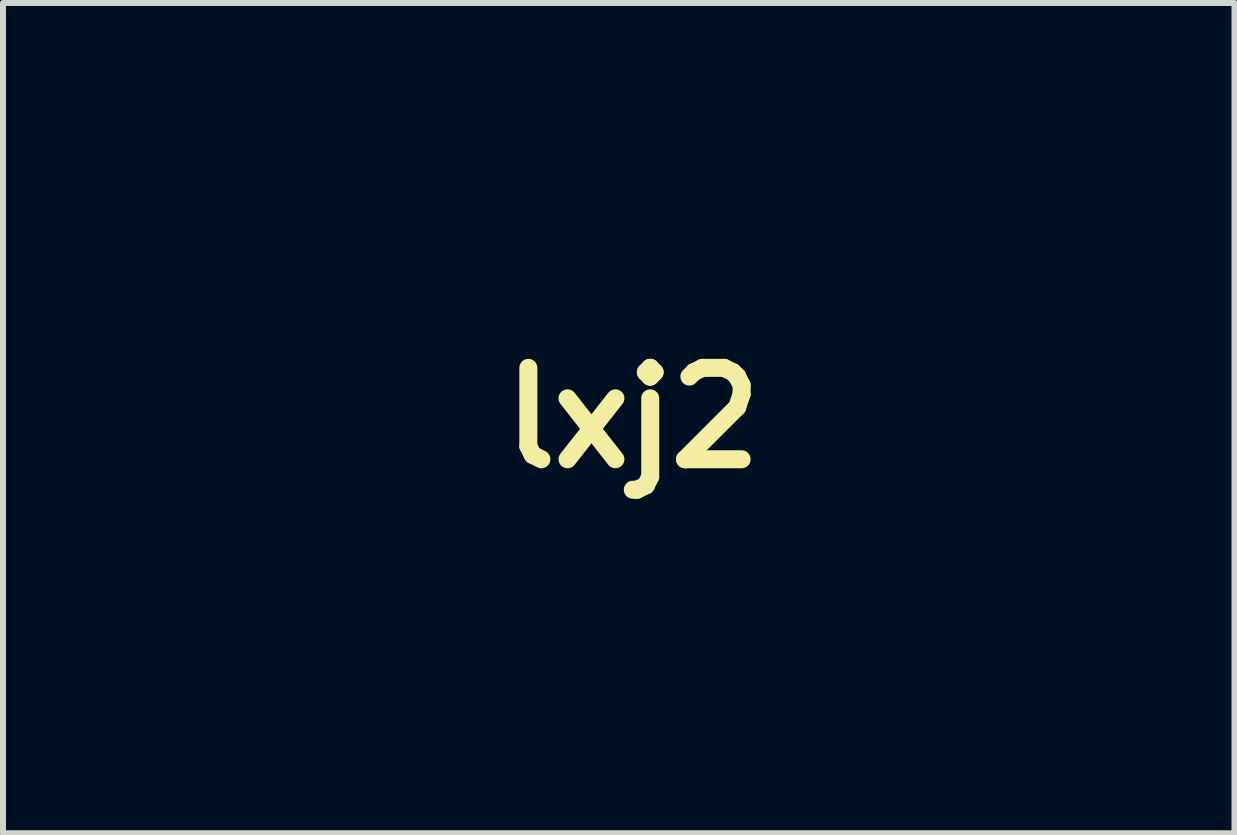
<source format=kicad_pcb>
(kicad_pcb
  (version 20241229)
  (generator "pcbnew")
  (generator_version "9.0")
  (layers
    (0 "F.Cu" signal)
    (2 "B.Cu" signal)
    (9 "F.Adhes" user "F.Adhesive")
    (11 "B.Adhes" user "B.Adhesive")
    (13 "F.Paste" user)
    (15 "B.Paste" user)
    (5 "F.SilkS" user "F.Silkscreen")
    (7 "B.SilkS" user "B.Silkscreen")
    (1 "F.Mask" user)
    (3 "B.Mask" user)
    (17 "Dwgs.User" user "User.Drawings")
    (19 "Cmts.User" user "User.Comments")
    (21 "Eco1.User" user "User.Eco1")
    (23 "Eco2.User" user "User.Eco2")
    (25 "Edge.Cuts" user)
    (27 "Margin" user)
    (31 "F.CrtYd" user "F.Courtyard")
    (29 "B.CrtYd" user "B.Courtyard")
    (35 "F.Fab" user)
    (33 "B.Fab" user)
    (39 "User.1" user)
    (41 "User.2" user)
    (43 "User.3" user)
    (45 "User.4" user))
  (footprint "lxj2"
    (layer "F.Cu")
    (at 7.501 3.918)
    (property "Reference" "lxj2" (at 0 0 0) (layer "F.SilkS") (effects (font (size 1.524 1.524) (thickness 0.3))))
    (attr board_only exclude_from_pos_files exclude_from_bom)
    (fp_poly (pts (xy 0.834 2.361) (xy 0.836 2.385) (xy 0.84 2.397) (xy 0.845 2.398) (xy 0.856 2.405) (xy 0.863 2.426) (xy 0.864 2.448) (xy 0.867 2.467) (xy 0.875 2.473) (xy 0.875 2.473) (xy 0.883 2.478) (xy 0.886 2.494) (xy 0.886 2.503) (xy 0.889 2.526) (xy 0.896 2.537) (xy 0.897 2.537) (xy 0.907 2.548) (xy 0.912 2.572) (xy 0.914 2.604) (xy 0.912 2.631) (xy 0.907 2.674) (xy 0.878 2.674) (xy 0.858 2.672) (xy 0.847 2.665) (xy 0.842 2.655) (xy 0.836 2.633) (xy 0.834 2.611) (xy 0.832 2.592) (xy 0.827 2.581) (xy 0.827 2.581) (xy 0.822 2.571) (xy 0.82 2.552) (xy 0.819 2.54) (xy 0.817 2.515) (xy 0.811 2.502) (xy 0.808 2.5) (xy 0.801 2.491) (xy 0.797 2.471) (xy 0.797 2.458) (xy 0.796 2.437) (xy 0.792 2.423) (xy 0.79 2.421) (xy 0.786 2.414) (xy 0.783 2.396) (xy 0.782 2.372) (xy 0.782 2.324) (xy 0.834 2.324)) (stroke (width 0) (type solid)) (fill yes) (layer "F.Mask"))
    (fp_poly (pts (xy 6.706 -3.917) (xy 6.732 -3.915) (xy 6.746 -3.912) (xy 6.749 -3.911) (xy 6.755 -3.907) (xy 6.773 -3.904) (xy 6.794 -3.903) (xy 6.852 -3.896) (xy 6.906 -3.875) (xy 6.956 -3.84) (xy 6.999 -3.793) (xy 7.009 -3.778) (xy 7.022 -3.757) (xy 7.028 -3.738) (xy 7.031 -3.714) (xy 7.032 -3.694) (xy 7.03 -3.664) (xy 7.027 -3.638) (xy 7.023 -3.622) (xy 7.007 -3.584) (xy 6.994 -3.555) (xy 6.983 -3.537) (xy 6.978 -3.531) (xy 6.973 -3.525) (xy 6.972 -3.519) (xy 6.967 -3.51) (xy 6.953 -3.493) (xy 6.932 -3.469) (xy 6.905 -3.442) (xy 6.89 -3.426) (xy 6.855 -3.391) (xy 6.83 -3.363) (xy 6.814 -3.342) (xy 6.808 -3.33) (xy 6.802 -3.316) (xy 6.79 -3.31) (xy 6.772 -3.303) (xy 6.763 -3.295) (xy 6.748 -3.286) (xy 6.74 -3.285) (xy 6.722 -3.28) (xy 6.714 -3.274) (xy 6.699 -3.264) (xy 6.689 -3.263) (xy 6.673 -3.257) (xy 6.667 -3.251) (xy 6.652 -3.242) (xy 6.64 -3.24) (xy 6.623 -3.235) (xy 6.614 -3.229) (xy 6.6 -3.22) (xy 6.588 -3.218) (xy 6.573 -3.213) (xy 6.567 -3.207) (xy 6.557 -3.198) (xy 6.544 -3.195) (xy 6.53 -3.193) (xy 6.525 -3.188) (xy 6.519 -3.181) (xy 6.505 -3.176) (xy 6.483 -3.168) (xy 6.469 -3.161) (xy 6.453 -3.153) (xy 6.442 -3.151) (xy 6.427 -3.145) (xy 6.421 -3.14) (xy 6.406 -3.13) (xy 6.397 -3.128) (xy 6.38 -3.123) (xy 6.371 -3.117) (xy 6.356 -3.108) (xy 6.347 -3.106) (xy 6.331 -3.101) (xy 6.324 -3.095) (xy 6.309 -3.086) (xy 6.297 -3.084) (xy 6.283 -3.081) (xy 6.279 -3.076) (xy 6.273 -3.069) (xy 6.26 -3.064) (xy 6.242 -3.058) (xy 6.218 -3.047) (xy 6.2 -3.038) (xy 6.176 -3.027) (xy 6.156 -3.019) (xy 6.145 -3.017) (xy 6.133 -3.014) (xy 6.13 -3.009) (xy 6.124 -3.003) (xy 6.11 -2.997) (xy 6.091 -2.99) (xy 6.08 -2.982) (xy 6.065 -2.973) (xy 6.057 -2.972) (xy 6.041 -2.967) (xy 6.03 -2.961) (xy 6.013 -2.952) (xy 6.002 -2.95) (xy 5.991 -2.946) (xy 5.989 -2.942) (xy 5.983 -2.935) (xy 5.98 -2.935) (xy 5.968 -2.932) (xy 5.947 -2.923) (xy 5.92 -2.911) (xy 5.89 -2.896) (xy 5.883 -2.893) (xy 5.865 -2.885) (xy 5.852 -2.883) (xy 5.841 -2.879) (xy 5.84 -2.875) (xy 5.834 -2.868) (xy 5.832 -2.868) (xy 5.822 -2.865) (xy 5.802 -2.857) (xy 5.776 -2.846) (xy 5.77 -2.843) (xy 5.74 -2.829) (xy 5.711 -2.815) (xy 5.688 -2.806) (xy 5.687 -2.805) (xy 5.663 -2.794) (xy 5.641 -2.784) (xy 5.638 -2.782) (xy 5.619 -2.774) (xy 5.606 -2.771) (xy 5.595 -2.767) (xy 5.594 -2.764) (xy 5.588 -2.758) (xy 5.572 -2.752) (xy 5.572 -2.752) (xy 5.556 -2.747) (xy 5.549 -2.741) (xy 5.549 -2.741) (xy 5.543 -2.735) (xy 5.536 -2.734) (xy 5.519 -2.729) (xy 5.508 -2.723) (xy 5.492 -2.714) (xy 5.481 -2.712) (xy 5.466 -2.706) (xy 5.461 -2.701) (xy 5.448 -2.693) (xy 5.428 -2.686) (xy 5.426 -2.686) (xy 5.409 -2.681) (xy 5.401 -2.675) (xy 5.4 -2.674) (xy 5.394 -2.668) (xy 5.387 -2.667) (xy 5.37 -2.663) (xy 5.359 -2.657) (xy 5.34 -2.647) (xy 5.324 -2.642) (xy 5.309 -2.636) (xy 5.303 -2.629) (xy 5.297 -2.624) (xy 5.286 -2.622) (xy 5.268 -2.617) (xy 5.259 -2.611) (xy 5.245 -2.601) (xy 5.236 -2.6) (xy 5.221 -2.594) (xy 5.214 -2.588) (xy 5.199 -2.579) (xy 5.188 -2.577) (xy 5.17 -2.573) (xy 5.162 -2.566) (xy 5.147 -2.557) (xy 5.136 -2.555) (xy 5.118 -2.55) (xy 5.11 -2.544) (xy 5.095 -2.535) (xy 5.084 -2.533) (xy 5.069 -2.528) (xy 5.062 -2.521) (xy 5.052 -2.513) (xy 5.039 -2.51) (xy 5.023 -2.506) (xy 5.016 -2.499) (xy 5.006 -2.49) (xy 4.994 -2.488) (xy 4.977 -2.483) (xy 4.968 -2.477) (xy 4.954 -2.468) (xy 4.942 -2.466) (xy 4.925 -2.461) (xy 4.916 -2.454) (xy 4.902 -2.445) (xy 4.889 -2.443) (xy 4.873 -2.439) (xy 4.867 -2.432) (xy 4.857 -2.424) (xy 4.842 -2.421) (xy 4.825 -2.417) (xy 4.817 -2.41) (xy 4.807 -2.401) (xy 4.794 -2.398) (xy 4.779 -2.394) (xy 4.772 -2.387) (xy 4.762 -2.379) (xy 4.75 -2.376) (xy 4.732 -2.372) (xy 4.722 -2.365) (xy 4.707 -2.355) (xy 4.699 -2.354) (xy 4.681 -2.349) (xy 4.673 -2.343) (xy 4.657 -2.334) (xy 4.645 -2.331) (xy 4.629 -2.327) (xy 4.623 -2.32) (xy 4.613 -2.312) (xy 4.601 -2.309) (xy 4.583 -2.305) (xy 4.573 -2.298) (xy 4.559 -2.289) (xy 4.547 -2.287) (xy 4.532 -2.282) (xy 4.526 -2.276) (xy 4.516 -2.266) (xy 4.506 -2.264) (xy 4.488 -2.259) (xy 4.479 -2.253) (xy 4.464 -2.244) (xy 4.455 -2.242) (xy 4.439 -2.237) (xy 4.432 -2.231) (xy 4.417 -2.222) (xy 4.406 -2.22) (xy 4.388 -2.215) (xy 4.38 -2.209) (xy 4.365 -2.199) (xy 4.354 -2.197) (xy 4.339 -2.193) (xy 4.332 -2.186) (xy 4.322 -2.178) (xy 4.306 -2.175) (xy 4.289 -2.171) (xy 4.28 -2.164) (xy 4.27 -2.155) (xy 4.26 -2.153) (xy 4.242 -2.148) (xy 4.234 -2.141) (xy 4.218 -2.132) (xy 4.209 -2.13) (xy 4.193 -2.125) (xy 4.186 -2.119) (xy 4.172 -2.11) (xy 4.16 -2.108) (xy 4.143 -2.103) (xy 4.134 -2.097) (xy 4.119 -2.088) (xy 4.108 -2.086) (xy 4.093 -2.081) (xy 4.087 -2.074) (xy 4.077 -2.066) (xy 4.064 -2.063) (xy 4.047 -2.059) (xy 4.037 -2.052) (xy 4.023 -2.042) (xy 4.016 -2.041) (xy 4 -2.036) (xy 3.989 -2.03) (xy 3.972 -2.021) (xy 3.961 -2.019) (xy 3.95 -2.015) (xy 3.948 -2.011) (xy 3.941 -2.005) (xy 3.925 -1.998) (xy 3.918 -1.996) (xy 3.899 -1.99) (xy 3.886 -1.983) (xy 3.884 -1.981) (xy 3.874 -1.975) (xy 3.862 -1.974) (xy 3.847 -1.97) (xy 3.841 -1.963) (xy 3.831 -1.954) (xy 3.818 -1.952) (xy 3.804 -1.949) (xy 3.799 -1.945) (xy 3.793 -1.937) (xy 3.782 -1.933) (xy 3.767 -1.927) (xy 3.744 -1.917) (xy 3.717 -1.905) (xy 3.717 -1.905) (xy 3.688 -1.892) (xy 3.661 -1.879) (xy 3.642 -1.871) (xy 3.619 -1.861) (xy 3.598 -1.85) (xy 3.597 -1.85) (xy 3.579 -1.843) (xy 3.568 -1.84) (xy 3.556 -1.835) (xy 3.548 -1.829) (xy 3.532 -1.819) (xy 3.523 -1.817) (xy 3.511 -1.814) (xy 3.508 -1.81) (xy 3.503 -1.803) (xy 3.5 -1.803) (xy 3.492 -1.801) (xy 3.475 -1.794) (xy 3.449 -1.783) (xy 3.411 -1.766) (xy 3.399 -1.761) (xy 3.381 -1.754) (xy 3.368 -1.75) (xy 3.368 -1.75) (xy 3.36 -1.745) (xy 3.359 -1.743) (xy 3.353 -1.736) (xy 3.35 -1.735) (xy 3.337 -1.732) (xy 3.322 -1.725) (xy 3.299 -1.716) (xy 3.283 -1.71) (xy 3.268 -1.704) (xy 3.263 -1.698) (xy 3.256 -1.693) (xy 3.245 -1.691) (xy 3.227 -1.686) (xy 3.218 -1.68) (xy 3.204 -1.67) (xy 3.195 -1.669) (xy 3.18 -1.663) (xy 3.173 -1.657) (xy 3.159 -1.648) (xy 3.152 -1.646) (xy 3.136 -1.642) (xy 3.125 -1.636) (xy 3.106 -1.627) (xy 3.089 -1.621) (xy 3.075 -1.615) (xy 3.069 -1.609) (xy 3.062 -1.604) (xy 3.047 -1.601) (xy 3.03 -1.598) (xy 3.021 -1.59) (xy 3.012 -1.582) (xy 2.998 -1.579) (xy 2.982 -1.575) (xy 2.975 -1.568) (xy 2.965 -1.559) (xy 2.954 -1.557) (xy 2.936 -1.552) (xy 2.927 -1.546) (xy 2.913 -1.537) (xy 2.901 -1.534) (xy 2.884 -1.53) (xy 2.875 -1.523) (xy 2.861 -1.514) (xy 2.848 -1.512) (xy 2.832 -1.508) (xy 2.826 -1.501) (xy 2.816 -1.493) (xy 2.801 -1.49) (xy 2.784 -1.486) (xy 2.776 -1.479) (xy 2.766 -1.47) (xy 2.753 -1.467) (xy 2.738 -1.463) (xy 2.731 -1.456) (xy 2.721 -1.448) (xy 2.709 -1.445) (xy 2.691 -1.441) (xy 2.682 -1.434) (xy 2.667 -1.425) (xy 2.655 -1.423) (xy 2.638 -1.418) (xy 2.629 -1.412) (xy 2.615 -1.402) (xy 2.603 -1.4) (xy 2.588 -1.396) (xy 2.582 -1.389) (xy 2.572 -1.381) (xy 2.559 -1.378) (xy 2.543 -1.374) (xy 2.535 -1.367) (xy 2.525 -1.359) (xy 2.51 -1.356) (xy 2.493 -1.352) (xy 2.485 -1.344) (xy 2.475 -1.335) (xy 2.465 -1.333) (xy 2.447 -1.328) (xy 2.438 -1.322) (xy 2.423 -1.313) (xy 2.414 -1.311) (xy 2.398 -1.306) (xy 2.391 -1.3) (xy 2.376 -1.291) (xy 2.365 -1.289) (xy 2.347 -1.284) (xy 2.339 -1.277) (xy 2.324 -1.268) (xy 2.313 -1.266) (xy 2.298 -1.262) (xy 2.292 -1.255) (xy 2.282 -1.246) (xy 2.269 -1.244) (xy 2.251 -1.24) (xy 2.242 -1.233) (xy 2.227 -1.223) (xy 2.218 -1.222) (xy 2.201 -1.217) (xy 2.193 -1.21) (xy 2.177 -1.201) (xy 2.168 -1.199) (xy 2.152 -1.194) (xy 2.145 -1.188) (xy 2.131 -1.179) (xy 2.119 -1.177) (xy 2.102 -1.172) (xy 2.093 -1.166) (xy 2.079 -1.157) (xy 2.067 -1.155) (xy 2.052 -1.15) (xy 2.046 -1.143) (xy 2.036 -1.135) (xy 2.023 -1.132) (xy 2.008 -1.13) (xy 2.004 -1.125) (xy 1.997 -1.118) (xy 1.983 -1.113) (xy 1.962 -1.105) (xy 1.948 -1.098) (xy 1.932 -1.09) (xy 1.923 -1.088) (xy 1.91 -1.083) (xy 1.902 -1.076) (xy 1.886 -1.067) (xy 1.874 -1.065) (xy 1.856 -1.061) (xy 1.847 -1.054) (xy 1.833 -1.045) (xy 1.821 -1.043) (xy 1.806 -1.038) (xy 1.8 -1.032) (xy 1.79 -1.023) (xy 1.777 -1.02) (xy 1.763 -1.018) (xy 1.758 -1.014) (xy 1.752 -1.006) (xy 1.741 -1.002) (xy 1.726 -0.996) (xy 1.701 -0.986) (xy 1.671 -0.972) (xy 1.639 -0.957) (xy 1.61 -0.942) (xy 1.608 -0.941) (xy 1.59 -0.934) (xy 1.577 -0.931) (xy 1.563 -0.926) (xy 1.557 -0.92) (xy 1.542 -0.91) (xy 1.533 -0.909) (xy 1.516 -0.904) (xy 1.507 -0.898) (xy 1.491 -0.888) (xy 1.482 -0.886) (xy 1.47 -0.883) (xy 1.467 -0.879) (xy 1.462 -0.872) (xy 1.46 -0.871) (xy 1.448 -0.868) (xy 1.428 -0.861) (xy 1.403 -0.85) (xy 1.378 -0.838) (xy 1.362 -0.83) (xy 1.344 -0.822) (xy 1.33 -0.819) (xy 1.32 -0.816) (xy 1.318 -0.812) (xy 1.313 -0.805) (xy 1.309 -0.804) (xy 1.297 -0.801) (xy 1.278 -0.793) (xy 1.27 -0.79) (xy 1.25 -0.781) (xy 1.234 -0.775) (xy 1.231 -0.775) (xy 1.222 -0.77) (xy 1.222 -0.767) (xy 1.216 -0.76) (xy 1.213 -0.76) (xy 1.203 -0.757) (xy 1.183 -0.749) (xy 1.159 -0.738) (xy 1.157 -0.737) (xy 1.13 -0.726) (xy 1.106 -0.716) (xy 1.091 -0.711) (xy 1.077 -0.705) (xy 1.073 -0.7) (xy 1.066 -0.694) (xy 1.051 -0.689) (xy 1.05 -0.689) (xy 1.035 -0.684) (xy 1.028 -0.677) (xy 1.028 -0.677) (xy 1.022 -0.672) (xy 1.01 -0.67) (xy 0.992 -0.666) (xy 0.983 -0.659) (xy 0.969 -0.65) (xy 0.956 -0.648) (xy 0.941 -0.644) (xy 0.934 -0.637) (xy 0.924 -0.628) (xy 0.913 -0.626) (xy 0.895 -0.621) (xy 0.886 -0.615) (xy 0.873 -0.605) (xy 0.865 -0.603) (xy 0.849 -0.599) (xy 0.838 -0.593) (xy 0.819 -0.584) (xy 0.803 -0.578) (xy 0.788 -0.572) (xy 0.782 -0.566) (xy 0.776 -0.561) (xy 0.761 -0.559) (xy 0.743 -0.555) (xy 0.735 -0.547) (xy 0.725 -0.539) (xy 0.712 -0.536) (xy 0.697 -0.532) (xy 0.69 -0.525) (xy 0.68 -0.516) (xy 0.668 -0.514) (xy 0.65 -0.51) (xy 0.641 -0.503) (xy 0.626 -0.494) (xy 0.615 -0.492) (xy 0.597 -0.487) (xy 0.588 -0.48) (xy 0.574 -0.472) (xy 0.561 -0.469) (xy 0.548 -0.468) (xy 0.544 -0.467) (xy 0.547 -0.46) (xy 0.554 -0.443) (xy 0.561 -0.428) (xy 0.584 -0.378) (xy 0.606 -0.322) (xy 0.629 -0.261) (xy 0.65 -0.199) (xy 0.67 -0.138) (xy 0.687 -0.08) (xy 0.701 -0.027) (xy 0.71 0.018) (xy 0.715 0.052) (xy 0.715 0.061) (xy 0.717 0.081) (xy 0.724 0.088) (xy 0.74 0.085) (xy 0.751 0.079) (xy 0.787 0.063) (xy 0.825 0.051) (xy 0.845 0.047) (xy 0.867 0.04) (xy 0.882 0.032) (xy 0.902 0.024) (xy 0.915 0.022) (xy 0.935 0.019) (xy 0.948 0.013) (xy 0.962 0.009) (xy 0.988 0.005) (xy 1.022 0.001) (xy 1.063 -0.003) (xy 1.106 -0.006) (xy 1.149 -0.008) (xy 1.188 -0.009) (xy 1.224 -0.008) (xy 1.261 -0.005) (xy 1.296 -0.001) (xy 1.325 0.004) (xy 1.344 0.01) (xy 1.35 0.013) (xy 1.364 0.02) (xy 1.376 0.022) (xy 1.397 0.026) (xy 1.414 0.033) (xy 1.433 0.042) (xy 1.457 0.055) (xy 1.469 0.061) (xy 1.489 0.071) (xy 1.502 0.08) (xy 1.505 0.084) (xy 1.51 0.089) (xy 1.512 0.089) (xy 1.523 0.094) (xy 1.542 0.107) (xy 1.568 0.125) (xy 1.598 0.148) (xy 1.63 0.174) (xy 1.662 0.2) (xy 1.691 0.225) (xy 1.715 0.247) (xy 1.722 0.254) (xy 1.772 0.305) (xy 1.774 0.277) (xy 1.777 0.259) (xy 1.784 0.25) (xy 1.801 0.247) (xy 1.801 0.247) (xy 1.826 0.251) (xy 1.847 0.267) (xy 1.86 0.288) (xy 1.862 0.302) (xy 1.866 0.317) (xy 1.873 0.32) (xy 1.882 0.326) (xy 1.884 0.344) (xy 1.885 0.346) (xy 1.886 0.364) (xy 1.891 0.372) (xy 1.892 0.372) (xy 1.897 0.379) (xy 1.899 0.395) (xy 1.899 0.399) (xy 1.898 0.416) (xy 1.892 0.423) (xy 1.877 0.425) (xy 1.861 0.426) (xy 1.857 0.432) (xy 1.859 0.441) (xy 1.867 0.46) (xy 1.874 0.47) (xy 1.883 0.485) (xy 1.885 0.494) (xy 1.89 0.509) (xy 1.903 0.525) (xy 1.918 0.535) (xy 1.924 0.536) (xy 1.94 0.543) (xy 1.952 0.561) (xy 1.959 0.586) (xy 1.959 0.594) (xy 1.962 0.617) (xy 1.969 0.632) (xy 1.97 0.633) (xy 1.978 0.648) (xy 1.982 0.676) (xy 1.982 0.681) (xy 1.984 0.707) (xy 1.99 0.728) (xy 1.993 0.733) (xy 1.996 0.741) (xy 1.999 0.753) (xy 2.001 0.773) (xy 2.003 0.801) (xy 2.003 0.84) (xy 2.004 0.891) (xy 2.004 0.917) (xy 2.004 0.976) (xy 2.003 1.022) (xy 2.002 1.056) (xy 2 1.08) (xy 1.998 1.096) (xy 1.995 1.105) (xy 1.99 1.109) (xy 1.986 1.11) (xy 1.978 1.117) (xy 1.969 1.135) (xy 1.96 1.163) (xy 1.952 1.197) (xy 1.952 1.199) (xy 1.947 1.219) (xy 1.94 1.233) (xy 1.938 1.235) (xy 1.931 1.244) (xy 1.929 1.255) (xy 1.925 1.277) (xy 1.912 1.306) (xy 1.895 1.336) (xy 1.875 1.363) (xy 1.842 1.394) (xy 1.807 1.411) (xy 1.772 1.416) (xy 1.739 1.407) (xy 1.717 1.392) (xy 1.701 1.376) (xy 1.692 1.361) (xy 1.691 1.356) (xy 1.685 1.34) (xy 1.68 1.333) (xy 1.67 1.32) (xy 1.669 1.313) (xy 1.663 1.298) (xy 1.646 1.278) (xy 1.623 1.254) (xy 1.595 1.23) (xy 1.565 1.207) (xy 1.536 1.188) (xy 1.511 1.175) (xy 1.492 1.169) (xy 1.491 1.169) (xy 1.477 1.166) (xy 1.461 1.159) (xy 1.443 1.151) (xy 1.417 1.142) (xy 1.4 1.137) (xy 1.368 1.128) (xy 1.334 1.118) (xy 1.32 1.114) (xy 1.285 1.107) (xy 1.243 1.102) (xy 1.197 1.101) (xy 1.153 1.104) (xy 1.115 1.109) (xy 1.1 1.113) (xy 1.076 1.12) (xy 1.057 1.124) (xy 1.051 1.125) (xy 1.035 1.128) (xy 1.016 1.136) (xy 0.995 1.144) (xy 0.978 1.147) (xy 0.96 1.151) (xy 0.941 1.158) (xy 0.922 1.166) (xy 0.908 1.169) (xy 0.893 1.173) (xy 0.874 1.181) (xy 0.856 1.189) (xy 0.842 1.192) (xy 0.827 1.196) (xy 0.816 1.203) (xy 0.798 1.212) (xy 0.786 1.214) (xy 0.768 1.219) (xy 0.756 1.226) (xy 0.739 1.234) (xy 0.728 1.236) (xy 0.705 1.243) (xy 0.683 1.261) (xy 0.666 1.286) (xy 0.665 1.288) (xy 0.651 1.327) (xy 0.638 1.375) (xy 0.626 1.428) (xy 0.617 1.483) (xy 0.61 1.537) (xy 0.606 1.587) (xy 0.605 1.63) (xy 0.609 1.662) (xy 0.61 1.667) (xy 0.614 1.689) (xy 0.617 1.72) (xy 0.618 1.755) (xy 0.618 1.769) (xy 0.619 1.802) (xy 0.622 1.832) (xy 0.625 1.854) (xy 0.627 1.86) (xy 0.631 1.875) (xy 0.634 1.902) (xy 0.638 1.936) (xy 0.64 1.974) (xy 0.64 1.974) (xy 0.643 2.015) (xy 0.648 2.055) (xy 0.652 2.09) (xy 0.657 2.112) (xy 0.67 2.164) (xy 0.683 2.224) (xy 0.695 2.286) (xy 0.701 2.317) (xy 0.711 2.366) (xy 0.723 2.413) (xy 0.735 2.453) (xy 0.742 2.47) (xy 0.75 2.494) (xy 0.753 2.515) (xy 0.757 2.538) (xy 0.763 2.555) (xy 0.772 2.576) (xy 0.774 2.593) (xy 0.778 2.614) (xy 0.786 2.634) (xy 0.794 2.656) (xy 0.797 2.675) (xy 0.801 2.696) (xy 0.808 2.716) (xy 0.816 2.735) (xy 0.819 2.75) (xy 0.823 2.765) (xy 0.83 2.783) (xy 0.837 2.804) (xy 0.841 2.83) (xy 0.842 2.842) (xy 0.843 2.865) (xy 0.847 2.883) (xy 0.85 2.888) (xy 0.853 2.899) (xy 0.855 2.922) (xy 0.855 2.954) (xy 0.854 2.993) (xy 0.851 3.034) (xy 0.848 3.077) (xy 0.844 3.116) (xy 0.839 3.151) (xy 0.834 3.177) (xy 0.829 3.192) (xy 0.821 3.208) (xy 0.81 3.23) (xy 0.807 3.236) (xy 0.782 3.276) (xy 0.75 3.304) (xy 0.728 3.315) (xy 0.711 3.322) (xy 0.705 3.33) (xy 0.708 3.344) (xy 0.708 3.347) (xy 0.712 3.366) (xy 0.716 3.394) (xy 0.719 3.425) (xy 0.72 3.43) (xy 0.723 3.467) (xy 0.728 3.491) (xy 0.735 3.506) (xy 0.746 3.513) (xy 0.762 3.516) (xy 0.771 3.516) (xy 0.791 3.517) (xy 0.803 3.521) (xy 0.804 3.523) (xy 0.811 3.53) (xy 0.818 3.531) (xy 0.831 3.535) (xy 0.849 3.547) (xy 0.855 3.553) (xy 0.872 3.567) (xy 0.883 3.575) (xy 0.886 3.575) (xy 0.894 3.581) (xy 0.897 3.587) (xy 0.907 3.595) (xy 0.925 3.598) (xy 0.947 3.601) (xy 0.964 3.609) (xy 0.982 3.618) (xy 0.994 3.62) (xy 1.019 3.626) (xy 1.048 3.641) (xy 1.079 3.664) (xy 1.092 3.677) (xy 1.11 3.694) (xy 1.134 3.714) (xy 1.161 3.736) (xy 1.189 3.758) (xy 1.215 3.777) (xy 1.236 3.791) (xy 1.249 3.798) (xy 1.251 3.799) (xy 1.259 3.803) (xy 1.259 3.805) (xy 1.264 3.812) (xy 1.28 3.825) (xy 1.301 3.842) (xy 1.314 3.851) (xy 1.344 3.874) (xy 1.362 3.891) (xy 1.37 3.904) (xy 1.37 3.909) (xy 1.371 3.925) (xy -6.212 3.925) (xy -6.217 3.905) (xy -6.224 3.884) (xy -6.232 3.87) (xy -6.24 3.851) (xy -6.242 3.84) (xy -6.245 3.824) (xy -6.249 3.817) (xy -6.255 3.806) (xy -6.262 3.787) (xy -6.263 3.784) (xy -6.27 3.762) (xy -6.28 3.734) (xy -6.287 3.717) (xy -6.297 3.691) (xy -6.304 3.668) (xy -6.307 3.657) (xy -6.312 3.64) (xy -6.317 3.631) (xy -6.322 3.619) (xy -6.327 3.6) (xy -6.327 3.598) (xy -6.333 3.573) (xy -6.341 3.546) (xy -6.343 3.54) (xy -6.349 3.513) (xy -6.353 3.481) (xy -6.354 3.465) (xy -6.355 3.44) (xy -6.359 3.421) (xy -6.362 3.414) (xy -6.366 3.402) (xy -6.37 3.379) (xy -6.373 3.347) (xy -6.374 3.309) (xy -6.375 3.27) (xy -6.374 3.231) (xy -6.372 3.196) (xy -6.369 3.169) (xy -6.363 3.135) (xy -6.358 3.095) (xy -6.355 3.056) (xy -6.354 3.054) (xy -6.351 3.024) (xy -6.348 2.998) (xy -6.344 2.983) (xy -6.343 2.98) (xy -6.337 2.966) (xy -6.331 2.945) (xy -6.331 2.943) (xy -6.324 2.915) (xy -6.314 2.884) (xy -6.303 2.856) (xy -6.294 2.836) (xy -6.288 2.821) (xy -6.287 2.814) (xy -6.283 2.804) (xy -6.274 2.782) (xy -6.26 2.751) (xy -6.242 2.712) (xy -6.22 2.668) (xy -6.196 2.619) (xy -6.19 2.607) (xy -6.167 2.562) (xy -6.15 2.527) (xy -6.136 2.498) (xy -6.123 2.47) (xy -6.11 2.441) (xy -6.096 2.406) (xy -6.095 2.406) (xy -6.085 2.382) (xy -6.074 2.36) (xy -6.074 2.359) (xy -6.066 2.34) (xy -6.063 2.325) (xy -6.06 2.31) (xy -6.053 2.293) (xy -6.043 2.27) (xy -6.037 2.25) (xy -6.032 2.233) (xy -6.025 2.223) (xy -6.025 2.223) (xy -6.02 2.213) (xy -6.019 2.204) (xy -6.015 2.187) (xy -6.008 2.168) (xy -6.002 2.157) (xy -6.001 2.148) (xy -6.006 2.141) (xy -6.019 2.131) (xy -6.041 2.118) (xy -6.064 2.106) (xy -6.089 2.093) (xy -6.106 2.086) (xy -6.118 2.085) (xy -6.129 2.088) (xy -6.131 2.089) (xy -6.149 2.098) (xy -6.173 2.108) (xy -6.182 2.112) (xy -6.208 2.122) (xy -6.232 2.131) (xy -6.238 2.134) (xy -6.257 2.142) (xy -6.272 2.148) (xy -6.289 2.156) (xy -6.294 2.159) (xy -6.307 2.166) (xy -6.328 2.176) (xy -6.335 2.18) (xy -6.353 2.191) (xy -6.367 2.207) (xy -6.382 2.23) (xy -6.393 2.25) (xy -6.406 2.278) (xy -6.416 2.302) (xy -6.42 2.319) (xy -6.421 2.321) (xy -6.426 2.339) (xy -6.432 2.346) (xy -6.441 2.359) (xy -6.443 2.365) (xy -6.448 2.379) (xy -6.452 2.385) (xy -6.473 2.413) (xy -6.488 2.441) (xy -6.496 2.454) (xy -6.503 2.458) (xy -6.509 2.464) (xy -6.51 2.468) (xy -6.514 2.48) (xy -6.525 2.498) (xy -6.531 2.507) (xy -6.545 2.527) (xy -6.555 2.543) (xy -6.557 2.547) (xy -6.573 2.576) (xy -6.593 2.607) (xy -6.613 2.634) (xy -6.627 2.65) (xy -6.639 2.662) (xy -6.644 2.67) (xy -6.644 2.671) (xy -6.649 2.68) (xy -6.662 2.696) (xy -6.681 2.717) (xy -6.701 2.739) (xy -6.722 2.759) (xy -6.739 2.774) (xy -6.746 2.779) (xy -6.758 2.786) (xy -6.772 2.79) (xy -6.79 2.792) (xy -6.815 2.793) (xy -6.852 2.792) (xy -6.858 2.792) (xy -6.896 2.791) (xy -6.922 2.789) (xy -6.94 2.786) (xy -6.955 2.781) (xy -6.968 2.773) (xy -6.981 2.764) (xy -7 2.749) (xy -7.013 2.737) (xy -7.017 2.732) (xy -7.022 2.726) (xy -7.024 2.726) (xy -7.036 2.721) (xy -7.056 2.706) (xy -7.083 2.684) (xy -7.114 2.656) (xy -7.15 2.623) (xy -7.186 2.587) (xy -7.223 2.55) (xy -7.258 2.514) (xy -7.289 2.48) (xy -7.315 2.45) (xy -7.334 2.425) (xy -7.337 2.422) (xy -7.354 2.397) (xy -7.369 2.376) (xy -7.379 2.364) (xy -7.394 2.343) (xy -7.412 2.31) (xy -7.431 2.268) (xy -7.451 2.22) (xy -7.47 2.169) (xy -7.471 2.168) (xy -7.477 2.147) (xy -7.483 2.126) (xy -7.487 2.101) (xy -7.49 2.071) (xy -7.493 2.035) (xy -7.495 1.99) (xy -7.497 1.934) (xy -7.498 1.867) (xy -7.498 1.82) (xy -7.499 1.764) (xy -7.478 1.764) (xy -7.478 1.808) (xy -7.476 1.845) (xy -7.473 1.881) (xy -7.467 1.92) (xy -7.459 1.966) (xy -7.455 1.989) (xy -7.449 2.02) (xy -7.443 2.051) (xy -7.441 2.063) (xy -7.433 2.097) (xy -7.42 2.138) (xy -7.404 2.182) (xy -7.386 2.225) (xy -7.367 2.265) (xy -7.349 2.298) (xy -7.335 2.319) (xy -7.323 2.334) (xy -7.307 2.356) (xy -7.292 2.377) (xy -7.274 2.401) (xy -7.249 2.43) (xy -7.218 2.464) (xy -7.184 2.5) (xy -7.147 2.537) (xy -7.11 2.573) (xy -7.075 2.606) (xy -7.043 2.635) (xy -7.015 2.659) (xy -6.994 2.675) (xy -6.981 2.681) (xy -6.979 2.682) (xy -6.972 2.686) (xy -6.972 2.688) (xy -6.966 2.695) (xy -6.952 2.707) (xy -6.937 2.719) (xy -6.899 2.739) (xy -6.859 2.748) (xy -6.821 2.746) (xy -6.791 2.735) (xy -6.777 2.724) (xy -6.758 2.706) (xy -6.737 2.685) (xy -6.717 2.664) (xy -6.701 2.644) (xy -6.691 2.63) (xy -6.689 2.626) (xy -6.684 2.618) (xy -6.672 2.605) (xy -6.672 2.605) (xy -6.654 2.585) (xy -6.634 2.557) (xy -6.615 2.526) (xy -6.602 2.503) (xy -6.595 2.49) (xy -6.582 2.471) (xy -6.576 2.463) (xy -6.563 2.443) (xy -6.556 2.428) (xy -6.555 2.423) (xy -6.55 2.414) (xy -6.547 2.413) (xy -6.539 2.407) (xy -6.532 2.397) (xy -6.515 2.364) (xy -6.497 2.341) (xy -6.489 2.327) (xy -6.488 2.321) (xy -6.483 2.308) (xy -6.477 2.302) (xy -6.467 2.287) (xy -6.465 2.277) (xy -6.462 2.263) (xy -6.453 2.24) (xy -6.441 2.213) (xy -6.437 2.206) (xy -6.418 2.172) (xy -6.398 2.148) (xy -6.374 2.132) (xy -6.346 2.12) (xy -6.33 2.112) (xy -6.324 2.109) (xy -6.304 2.099) (xy -6.275 2.086) (xy -6.239 2.071) (xy -6.227 2.067) (xy -6.202 2.057) (xy -6.18 2.047) (xy -6.174 2.044) (xy -6.155 2.038) (xy -6.129 2.034) (xy -6.112 2.033) (xy -6.086 2.035) (xy -6.062 2.041) (xy -6.034 2.053) (xy -6.02 2.061) (xy -5.989 2.077) (xy -5.969 2.09) (xy -5.958 2.101) (xy -5.953 2.113) (xy -5.952 2.13) (xy -5.953 2.152) (xy -5.956 2.182) (xy -5.961 2.208) (xy -5.97 2.236) (xy -5.984 2.272) (xy -5.986 2.277) (xy -5.993 2.295) (xy -5.996 2.307) (xy -5.996 2.308) (xy -5.999 2.319) (xy -6.007 2.336) (xy -6.007 2.336) (xy -6.015 2.355) (xy -6.018 2.37) (xy -6.022 2.385) (xy -6.029 2.403) (xy -6.039 2.425) (xy -6.05 2.45) (xy -6.051 2.451) (xy -6.066 2.485) (xy -6.078 2.515) (xy -6.091 2.542) (xy -6.105 2.571) (xy -6.122 2.607) (xy -6.145 2.651) (xy -6.145 2.652) (xy -6.17 2.701) (xy -6.192 2.747) (xy -6.211 2.787) (xy -6.227 2.82) (xy -6.237 2.844) (xy -6.242 2.858) (xy -6.242 2.859) (xy -6.245 2.873) (xy -6.249 2.881) (xy -6.259 2.901) (xy -6.269 2.929) (xy -6.279 2.96) (xy -6.286 2.987) (xy -6.292 3.008) (xy -6.298 3.024) (xy -6.298 3.025) (xy -6.302 3.037) (xy -6.306 3.059) (xy -6.309 3.088) (xy -6.31 3.099) (xy -6.313 3.136) (xy -6.318 3.175) (xy -6.323 3.208) (xy -6.324 3.21) (xy -6.327 3.238) (xy -6.328 3.271) (xy -6.328 3.304) (xy -6.326 3.334) (xy -6.322 3.357) (xy -6.317 3.37) (xy -6.316 3.371) (xy -6.312 3.38) (xy -6.31 3.399) (xy -6.309 3.419) (xy -6.307 3.45) (xy -6.302 3.481) (xy -6.299 3.495) (xy -6.291 3.522) (xy -6.284 3.548) (xy -6.283 3.553) (xy -6.278 3.573) (xy -6.272 3.586) (xy -6.272 3.587) (xy -6.266 3.599) (xy -6.262 3.613) (xy -6.257 3.63) (xy -6.249 3.654) (xy -6.242 3.672) (xy -6.232 3.7) (xy -6.222 3.727) (xy -6.218 3.739) (xy -6.212 3.759) (xy -6.205 3.771) (xy -6.204 3.772) (xy -6.198 3.785) (xy -6.197 3.794) (xy -6.194 3.811) (xy -6.187 3.827) (xy -6.177 3.848) (xy -6.166 3.871) (xy -6.164 3.875) (xy -6.15 3.903) (xy 1.277 3.903) (xy 1.255 3.886) (xy 1.236 3.871) (xy 1.221 3.857) (xy 1.22 3.857) (xy 1.208 3.847) (xy 1.203 3.844) (xy 1.194 3.839) (xy 1.177 3.827) (xy 1.154 3.81) (xy 1.127 3.789) (xy 1.101 3.768) (xy 1.076 3.747) (xy 1.056 3.73) (xy 1.047 3.721) (xy 1.018 3.696) (xy 0.988 3.677) (xy 0.96 3.666) (xy 0.95 3.665) (xy 0.931 3.66) (xy 0.919 3.654) (xy 0.902 3.646) (xy 0.881 3.643) (xy 0.861 3.639) (xy 0.852 3.631) (xy 0.845 3.621) (xy 0.841 3.62) (xy 0.833 3.615) (xy 0.818 3.604) (xy 0.811 3.598) (xy 0.793 3.584) (xy 0.777 3.576) (xy 0.773 3.575) (xy 0.762 3.572) (xy 0.76 3.568) (xy 0.753 3.563) (xy 0.736 3.561) (xy 0.727 3.56) (xy 0.707 3.559) (xy 0.694 3.555) (xy 0.686 3.543) (xy 0.68 3.523) (xy 0.677 3.492) (xy 0.675 3.474) (xy 0.671 3.439) (xy 0.666 3.405) (xy 0.66 3.379) (xy 0.659 3.377) (xy 0.652 3.345) (xy 0.648 3.316) (xy 0.649 3.293) (xy 0.654 3.28) (xy 0.66 3.277) (xy 0.687 3.271) (xy 0.715 3.252) (xy 0.742 3.225) (xy 0.763 3.191) (xy 0.763 3.19) (xy 0.774 3.169) (xy 0.783 3.15) (xy 0.785 3.147) (xy 0.788 3.136) (xy 0.792 3.117) (xy 0.797 3.089) (xy 0.802 3.05) (xy 0.807 2.998) (xy 0.809 2.981) (xy 0.81 2.953) (xy 0.807 2.936) (xy 0.805 2.933) (xy 0.8 2.921) (xy 0.797 2.9) (xy 0.797 2.887) (xy 0.795 2.86) (xy 0.789 2.836) (xy 0.786 2.828) (xy 0.778 2.809) (xy 0.775 2.794) (xy 0.771 2.779) (xy 0.763 2.761) (xy 0.755 2.739) (xy 0.752 2.72) (xy 0.749 2.699) (xy 0.741 2.679) (xy 0.733 2.657) (xy 0.73 2.638) (xy 0.726 2.616) (xy 0.719 2.6) (xy 0.711 2.578) (xy 0.708 2.56) (xy 0.705 2.537) (xy 0.697 2.515) (xy 0.685 2.481) (xy 0.673 2.437) (xy 0.661 2.388) (xy 0.656 2.361) (xy 0.645 2.302) (xy 0.632 2.241) (xy 0.619 2.183) (xy 0.612 2.156) (xy 0.607 2.131) (xy 0.603 2.095) (xy 0.599 2.055) (xy 0.596 2.019) (xy 0.594 1.982) (xy 0.591 1.95) (xy 0.588 1.927) (xy 0.585 1.915) (xy 0.585 1.914) (xy 0.582 1.909) (xy 0.58 1.9) (xy 0.578 1.886) (xy 0.576 1.865) (xy 0.574 1.836) (xy 0.571 1.797) (xy 0.568 1.747) (xy 0.564 1.684) (xy 0.562 1.642) (xy 0.561 1.573) (xy 0.565 1.5) (xy 0.574 1.426) (xy 0.587 1.355) (xy 0.603 1.291) (xy 0.621 1.243) (xy 0.637 1.218) (xy 0.659 1.199) (xy 0.682 1.192) (xy 0.684 1.192) (xy 0.7 1.187) (xy 0.712 1.181) (xy 0.73 1.172) (xy 0.742 1.17) (xy 0.76 1.165) (xy 0.771 1.159) (xy 0.787 1.15) (xy 0.797 1.147) (xy 0.811 1.144) (xy 0.83 1.136) (xy 0.848 1.128) (xy 0.863 1.125) (xy 0.878 1.121) (xy 0.897 1.114) (xy 0.916 1.106) (xy 0.931 1.102) (xy 0.948 1.1) (xy 0.966 1.094) (xy 1.019 1.076) (xy 1.081 1.064) (xy 1.149 1.056) (xy 1.218 1.053) (xy 1.283 1.056) (xy 1.342 1.064) (xy 1.367 1.07) (xy 1.397 1.079) (xy 1.431 1.089) (xy 1.445 1.093) (xy 1.472 1.101) (xy 1.496 1.11) (xy 1.506 1.115) (xy 1.523 1.122) (xy 1.535 1.125) (xy 1.554 1.13) (xy 1.579 1.143) (xy 1.608 1.162) (xy 1.638 1.184) (xy 1.666 1.208) (xy 1.69 1.232) (xy 1.707 1.252) (xy 1.713 1.268) (xy 1.713 1.268) (xy 1.718 1.282) (xy 1.724 1.289) (xy 1.734 1.303) (xy 1.736 1.31) (xy 1.741 1.323) (xy 1.753 1.34) (xy 1.757 1.344) (xy 1.772 1.357) (xy 1.782 1.36) (xy 1.793 1.355) (xy 1.793 1.355) (xy 1.816 1.334) (xy 1.839 1.306) (xy 1.86 1.274) (xy 1.876 1.244) (xy 1.884 1.218) (xy 1.885 1.211) (xy 1.888 1.196) (xy 1.893 1.19) (xy 1.899 1.182) (xy 1.905 1.164) (xy 1.907 1.154) (xy 1.915 1.12) (xy 1.924 1.092) (xy 1.933 1.073) (xy 1.941 1.065) (xy 1.941 1.065) (xy 1.947 1.063) (xy 1.952 1.057) (xy 1.955 1.044) (xy 1.957 1.022) (xy 1.958 0.99) (xy 1.959 0.946) (xy 1.959 0.917) (xy 1.959 0.868) (xy 1.958 0.832) (xy 1.956 0.807) (xy 1.953 0.79) (xy 1.949 0.78) (xy 1.948 0.778) (xy 1.941 0.761) (xy 1.937 0.737) (xy 1.937 0.725) (xy 1.934 0.696) (xy 1.927 0.679) (xy 1.925 0.678) (xy 1.918 0.664) (xy 1.914 0.641) (xy 1.914 0.638) (xy 1.91 0.612) (xy 1.899 0.592) (xy 1.884 0.582) (xy 1.88 0.581) (xy 1.865 0.575) (xy 1.85 0.561) (xy 1.841 0.544) (xy 1.84 0.537) (xy 1.834 0.521) (xy 1.829 0.514) (xy 1.819 0.502) (xy 1.817 0.496) (xy 1.813 0.484) (xy 1.803 0.467) (xy 1.797 0.457) (xy 1.777 0.428) (xy 1.765 0.41) (xy 1.84 0.41) (xy 1.843 0.416) (xy 1.845 0.415) (xy 1.846 0.406) (xy 1.845 0.405) (xy 1.84 0.406) (xy 1.84 0.41) (xy 1.765 0.41) (xy 1.765 0.408) (xy 1.756 0.394) (xy 1.751 0.384) (xy 1.741 0.368) (xy 1.721 0.346) (xy 1.695 0.318) (xy 1.663 0.288) (xy 1.629 0.256) (xy 1.593 0.225) (xy 1.558 0.196) (xy 1.526 0.17) (xy 1.499 0.15) (xy 1.478 0.138) (xy 1.468 0.134) (xy 1.46 0.13) (xy 1.46 0.128) (xy 1.454 0.122) (xy 1.438 0.113) (xy 1.425 0.105) (xy 1.4 0.093) (xy 1.377 0.082) (xy 1.369 0.077) (xy 1.349 0.07) (xy 1.334 0.067) (xy 1.316 0.063) (xy 1.299 0.055) (xy 1.284 0.05) (xy 1.257 0.046) (xy 1.221 0.044) (xy 1.18 0.042) (xy 1.136 0.042) (xy 1.094 0.043) (xy 1.055 0.046) (xy 1.024 0.049) (xy 1.002 0.054) (xy 0.998 0.056) (xy 0.978 0.064) (xy 0.959 0.067) (xy 0.939 0.071) (xy 0.927 0.077) (xy 0.909 0.086) (xy 0.89 0.091) (xy 0.861 0.099) (xy 0.825 0.112) (xy 0.779 0.131) (xy 0.771 0.135) (xy 0.734 0.149) (xy 0.702 0.156) (xy 0.694 0.156) (xy 0.662 0.156) (xy 0.664 0.106) (xy 0.663 0.071) (xy 0.658 0.031) (xy 0.653 0.004) (xy 0.639 -0.051) (xy 0.62 -0.114) (xy 0.597 -0.182) (xy 0.572 -0.251) (xy 0.546 -0.316) (xy 0.521 -0.374) (xy 0.509 -0.397) (xy 0.497 -0.425) (xy 0.488 -0.449) (xy 0.484 -0.467) (xy 0.484 -0.468) (xy 0.49 -0.492) (xy 0.503 -0.509) (xy 0.519 -0.514) (xy 0.537 -0.519) (xy 0.544 -0.525) (xy 0.558 -0.534) (xy 0.57 -0.536) (xy 0.587 -0.541) (xy 0.596 -0.547) (xy 0.61 -0.556) (xy 0.623 -0.559) (xy 0.639 -0.563) (xy 0.645 -0.57) (xy 0.655 -0.578) (xy 0.668 -0.581) (xy 0.683 -0.585) (xy 0.69 -0.592) (xy 0.7 -0.601) (xy 0.716 -0.603) (xy 0.731 -0.606) (xy 0.737 -0.611) (xy 0.744 -0.617) (xy 0.758 -0.623) (xy 0.779 -0.63) (xy 0.793 -0.638) (xy 0.81 -0.646) (xy 0.82 -0.648) (xy 0.835 -0.653) (xy 0.842 -0.659) (xy 0.856 -0.668) (xy 0.868 -0.67) (xy 0.883 -0.675) (xy 0.889 -0.682) (xy 0.899 -0.69) (xy 0.911 -0.693) (xy 0.929 -0.697) (xy 0.939 -0.704) (xy 0.953 -0.713) (xy 0.966 -0.715) (xy 0.979 -0.718) (xy 0.983 -0.722) (xy 0.99 -0.728) (xy 1.005 -0.734) (xy 1.006 -0.734) (xy 1.021 -0.739) (xy 1.028 -0.745) (xy 1.028 -0.745) (xy 1.034 -0.751) (xy 1.046 -0.755) (xy 1.062 -0.761) (xy 1.086 -0.77) (xy 1.112 -0.782) (xy 1.137 -0.793) (xy 1.157 -0.801) (xy 1.169 -0.804) (xy 1.169 -0.804) (xy 1.177 -0.81) (xy 1.177 -0.812) (xy 1.183 -0.819) (xy 1.186 -0.82) (xy 1.198 -0.823) (xy 1.217 -0.831) (xy 1.225 -0.834) (xy 1.246 -0.843) (xy 1.261 -0.848) (xy 1.264 -0.849) (xy 1.273 -0.854) (xy 1.274 -0.857) (xy 1.28 -0.863) (xy 1.286 -0.864) (xy 1.301 -0.867) (xy 1.317 -0.875) (xy 1.339 -0.886) (xy 1.365 -0.898) (xy 1.389 -0.908) (xy 1.407 -0.914) (xy 1.415 -0.916) (xy 1.422 -0.922) (xy 1.423 -0.924) (xy 1.429 -0.93) (xy 1.437 -0.931) (xy 1.454 -0.936) (xy 1.463 -0.942) (xy 1.479 -0.952) (xy 1.488 -0.953) (xy 1.505 -0.959) (xy 1.512 -0.965) (xy 1.525 -0.974) (xy 1.532 -0.976) (xy 1.547 -0.979) (xy 1.563 -0.986) (xy 1.592 -1) (xy 1.624 -1.015) (xy 1.654 -1.029) (xy 1.679 -1.04) (xy 1.696 -1.046) (xy 1.696 -1.046) (xy 1.709 -1.053) (xy 1.713 -1.058) (xy 1.72 -1.063) (xy 1.732 -1.065) (xy 1.748 -1.069) (xy 1.755 -1.076) (xy 1.765 -1.085) (xy 1.776 -1.088) (xy 1.794 -1.092) (xy 1.803 -1.099) (xy 1.817 -1.108) (xy 1.829 -1.11) (xy 1.848 -1.115) (xy 1.857 -1.121) (xy 1.871 -1.13) (xy 1.879 -1.132) (xy 1.892 -1.136) (xy 1.903 -1.142) (xy 1.922 -1.152) (xy 1.939 -1.157) (xy 1.953 -1.163) (xy 1.959 -1.17) (xy 1.965 -1.175) (xy 1.978 -1.177) (xy 1.994 -1.181) (xy 2.001 -1.188) (xy 2.011 -1.197) (xy 2.022 -1.199) (xy 2.04 -1.204) (xy 2.048 -1.21) (xy 2.063 -1.219) (xy 2.074 -1.222) (xy 2.092 -1.226) (xy 2.101 -1.233) (xy 2.115 -1.242) (xy 2.123 -1.244) (xy 2.139 -1.249) (xy 2.148 -1.255) (xy 2.164 -1.264) (xy 2.174 -1.266) (xy 2.191 -1.272) (xy 2.197 -1.277) (xy 2.212 -1.286) (xy 2.225 -1.289) (xy 2.24 -1.293) (xy 2.247 -1.3) (xy 2.257 -1.309) (xy 2.268 -1.311) (xy 2.286 -1.316) (xy 2.294 -1.322) (xy 2.309 -1.331) (xy 2.32 -1.333) (xy 2.338 -1.338) (xy 2.346 -1.344) (xy 2.361 -1.354) (xy 2.369 -1.356) (xy 2.385 -1.361) (xy 2.394 -1.367) (xy 2.41 -1.376) (xy 2.421 -1.378) (xy 2.435 -1.383) (xy 2.44 -1.389) (xy 2.45 -1.397) (xy 2.466 -1.4) (xy 2.482 -1.404) (xy 2.491 -1.412) (xy 2.5 -1.42) (xy 2.514 -1.423) (xy 2.53 -1.427) (xy 2.537 -1.434) (xy 2.547 -1.443) (xy 2.559 -1.445) (xy 2.576 -1.45) (xy 2.585 -1.456) (xy 2.599 -1.465) (xy 2.611 -1.467) (xy 2.628 -1.472) (xy 2.637 -1.479) (xy 2.651 -1.487) (xy 2.664 -1.49) (xy 2.68 -1.494) (xy 2.686 -1.501) (xy 2.696 -1.51) (xy 2.709 -1.512) (xy 2.724 -1.516) (xy 2.731 -1.523) (xy 2.741 -1.532) (xy 2.756 -1.534) (xy 2.773 -1.538) (xy 2.781 -1.546) (xy 2.791 -1.554) (xy 2.803 -1.557) (xy 2.821 -1.561) (xy 2.83 -1.568) (xy 2.845 -1.577) (xy 2.857 -1.579) (xy 2.874 -1.584) (xy 2.883 -1.59) (xy 2.897 -1.599) (xy 2.909 -1.601) (xy 2.924 -1.606) (xy 2.93 -1.613) (xy 2.94 -1.621) (xy 2.953 -1.624) (xy 2.969 -1.628) (xy 2.977 -1.635) (xy 2.987 -1.643) (xy 3.003 -1.646) (xy 3.018 -1.648) (xy 3.024 -1.653) (xy 3.031 -1.66) (xy 3.045 -1.666) (xy 3.066 -1.673) (xy 3.08 -1.681) (xy 3.097 -1.689) (xy 3.107 -1.691) (xy 3.122 -1.696) (xy 3.128 -1.702) (xy 3.143 -1.712) (xy 3.151 -1.713) (xy 3.166 -1.719) (xy 3.173 -1.724) (xy 3.188 -1.733) (xy 3.2 -1.736) (xy 3.214 -1.738) (xy 3.218 -1.743) (xy 3.224 -1.75) (xy 3.238 -1.755) (xy 3.26 -1.763) (xy 3.277 -1.77) (xy 3.294 -1.778) (xy 3.305 -1.78) (xy 3.314 -1.785) (xy 3.315 -1.788) (xy 3.32 -1.795) (xy 3.323 -1.795) (xy 3.335 -1.798) (xy 3.353 -1.805) (xy 3.355 -1.806) (xy 3.396 -1.824) (xy 3.425 -1.837) (xy 3.444 -1.844) (xy 3.454 -1.847) (xy 3.456 -1.847) (xy 3.463 -1.853) (xy 3.464 -1.855) (xy 3.47 -1.861) (xy 3.478 -1.862) (xy 3.495 -1.867) (xy 3.504 -1.873) (xy 3.516 -1.883) (xy 3.523 -1.885) (xy 3.536 -1.888) (xy 3.552 -1.895) (xy 3.573 -1.905) (xy 3.596 -1.915) (xy 3.598 -1.916) (xy 3.618 -1.925) (xy 3.646 -1.937) (xy 3.672 -1.95) (xy 3.699 -1.962) (xy 3.722 -1.972) (xy 3.737 -1.978) (xy 3.737 -1.978) (xy 3.75 -1.984) (xy 3.754 -1.989) (xy 3.761 -1.994) (xy 3.773 -1.996) (xy 3.789 -2) (xy 3.796 -2.007) (xy 3.806 -2.016) (xy 3.818 -2.019) (xy 3.833 -2.021) (xy 3.84 -2.026) (xy 3.849 -2.032) (xy 3.867 -2.039) (xy 3.874 -2.041) (xy 3.892 -2.048) (xy 3.902 -2.054) (xy 3.903 -2.056) (xy 3.909 -2.062) (xy 3.917 -2.063) (xy 3.933 -2.068) (xy 3.945 -2.074) (xy 3.961 -2.083) (xy 3.971 -2.085) (xy 3.986 -2.091) (xy 3.992 -2.097) (xy 4.007 -2.106) (xy 4.02 -2.108) (xy 4.035 -2.112) (xy 4.042 -2.119) (xy 4.052 -2.128) (xy 4.063 -2.13) (xy 4.081 -2.135) (xy 4.089 -2.141) (xy 4.104 -2.151) (xy 4.115 -2.153) (xy 4.133 -2.157) (xy 4.141 -2.164) (xy 4.156 -2.173) (xy 4.164 -2.175) (xy 4.18 -2.18) (xy 4.189 -2.186) (xy 4.205 -2.196) (xy 4.216 -2.197) (xy 4.23 -2.202) (xy 4.236 -2.209) (xy 4.246 -2.217) (xy 4.262 -2.22) (xy 4.279 -2.223) (xy 4.288 -2.231) (xy 4.298 -2.24) (xy 4.309 -2.242) (xy 4.327 -2.247) (xy 4.335 -2.253) (xy 4.35 -2.262) (xy 4.361 -2.264) (xy 4.379 -2.269) (xy 4.387 -2.276) (xy 4.402 -2.285) (xy 4.41 -2.287) (xy 4.426 -2.292) (xy 4.435 -2.298) (xy 4.451 -2.307) (xy 4.461 -2.309) (xy 4.476 -2.314) (xy 4.481 -2.32) (xy 4.491 -2.329) (xy 4.503 -2.331) (xy 4.52 -2.336) (xy 4.529 -2.343) (xy 4.543 -2.351) (xy 4.556 -2.354) (xy 4.572 -2.358) (xy 4.578 -2.365) (xy 4.588 -2.374) (xy 4.6 -2.376) (xy 4.619 -2.381) (xy 4.628 -2.387) (xy 4.644 -2.397) (xy 4.654 -2.398) (xy 4.671 -2.404) (xy 4.678 -2.41) (xy 4.692 -2.419) (xy 4.705 -2.421) (xy 4.72 -2.425) (xy 4.727 -2.432) (xy 4.737 -2.441) (xy 4.75 -2.443) (xy 4.765 -2.447) (xy 4.772 -2.454) (xy 4.782 -2.463) (xy 4.797 -2.466) (xy 4.814 -2.469) (xy 4.822 -2.477) (xy 4.832 -2.485) (xy 4.844 -2.488) (xy 4.862 -2.492) (xy 4.871 -2.499) (xy 4.886 -2.508) (xy 4.898 -2.51) (xy 4.915 -2.515) (xy 4.924 -2.521) (xy 4.938 -2.53) (xy 4.95 -2.533) (xy 4.965 -2.537) (xy 4.971 -2.544) (xy 4.981 -2.552) (xy 4.994 -2.555) (xy 5.01 -2.559) (xy 5.018 -2.566) (xy 5.028 -2.575) (xy 5.039 -2.577) (xy 5.057 -2.582) (xy 5.065 -2.588) (xy 5.08 -2.598) (xy 5.091 -2.6) (xy 5.109 -2.604) (xy 5.117 -2.611) (xy 5.132 -2.62) (xy 5.143 -2.622) (xy 5.161 -2.627) (xy 5.169 -2.633) (xy 5.184 -2.643) (xy 5.192 -2.644) (xy 5.207 -2.65) (xy 5.214 -2.655) (xy 5.229 -2.664) (xy 5.241 -2.667) (xy 5.255 -2.669) (xy 5.259 -2.674) (xy 5.265 -2.681) (xy 5.279 -2.686) (xy 5.3 -2.694) (xy 5.314 -2.701) (xy 5.332 -2.709) (xy 5.342 -2.711) (xy 5.354 -2.715) (xy 5.356 -2.718) (xy 5.362 -2.724) (xy 5.378 -2.73) (xy 5.381 -2.73) (xy 5.401 -2.737) (xy 5.415 -2.745) (xy 5.416 -2.746) (xy 5.43 -2.755) (xy 5.437 -2.756) (xy 5.452 -2.761) (xy 5.463 -2.767) (xy 5.48 -2.776) (xy 5.491 -2.778) (xy 5.502 -2.782) (xy 5.505 -2.785) (xy 5.511 -2.791) (xy 5.526 -2.797) (xy 5.527 -2.797) (xy 5.543 -2.802) (xy 5.549 -2.809) (xy 5.549 -2.809) (xy 5.555 -2.815) (xy 5.561 -2.816) (xy 5.576 -2.819) (xy 5.593 -2.826) (xy 5.613 -2.836) (xy 5.637 -2.848) (xy 5.642 -2.85) (xy 5.664 -2.859) (xy 5.693 -2.872) (xy 5.724 -2.887) (xy 5.726 -2.887) (xy 5.752 -2.899) (xy 5.773 -2.908) (xy 5.786 -2.912) (xy 5.787 -2.912) (xy 5.795 -2.918) (xy 5.795 -2.92) (xy 5.801 -2.926) (xy 5.807 -2.927) (xy 5.822 -2.931) (xy 5.839 -2.938) (xy 5.868 -2.952) (xy 5.896 -2.965) (xy 5.919 -2.975) (xy 5.934 -2.979) (xy 5.936 -2.979) (xy 5.944 -2.985) (xy 5.944 -2.987) (xy 5.95 -2.993) (xy 5.958 -2.994) (xy 5.974 -2.999) (xy 5.985 -3.005) (xy 6.002 -3.014) (xy 6.012 -3.016) (xy 6.028 -3.022) (xy 6.035 -3.027) (xy 6.049 -3.036) (xy 6.065 -3.042) (xy 6.08 -3.048) (xy 6.086 -3.054) (xy 6.092 -3.06) (xy 6.101 -3.061) (xy 6.115 -3.065) (xy 6.137 -3.074) (xy 6.156 -3.083) (xy 6.181 -3.095) (xy 6.203 -3.105) (xy 6.215 -3.109) (xy 6.229 -3.115) (xy 6.235 -3.121) (xy 6.241 -3.127) (xy 6.252 -3.128) (xy 6.27 -3.133) (xy 6.279 -3.14) (xy 6.294 -3.149) (xy 6.302 -3.151) (xy 6.318 -3.156) (xy 6.327 -3.162) (xy 6.343 -3.171) (xy 6.352 -3.173) (xy 6.369 -3.179) (xy 6.376 -3.184) (xy 6.39 -3.194) (xy 6.398 -3.195) (xy 6.413 -3.2) (xy 6.425 -3.206) (xy 6.443 -3.215) (xy 6.46 -3.221) (xy 6.475 -3.226) (xy 6.48 -3.233) (xy 6.487 -3.238) (xy 6.499 -3.24) (xy 6.515 -3.244) (xy 6.522 -3.251) (xy 6.532 -3.26) (xy 6.544 -3.263) (xy 6.561 -3.267) (xy 6.57 -3.274) (xy 6.584 -3.283) (xy 6.596 -3.285) (xy 6.613 -3.29) (xy 6.622 -3.296) (xy 6.636 -3.306) (xy 6.645 -3.307) (xy 6.661 -3.312) (xy 6.669 -3.318) (xy 6.685 -3.328) (xy 6.695 -3.33) (xy 6.712 -3.335) (xy 6.718 -3.34) (xy 6.732 -3.35) (xy 6.745 -3.355) (xy 6.76 -3.364) (xy 6.763 -3.375) (xy 6.769 -3.387) (xy 6.785 -3.408) (xy 6.811 -3.436) (xy 6.845 -3.471) (xy 6.874 -3.5) (xy 6.898 -3.525) (xy 6.916 -3.546) (xy 6.926 -3.56) (xy 6.927 -3.564) (xy 6.93 -3.574) (xy 6.933 -3.575) (xy 6.939 -3.582) (xy 6.949 -3.599) (xy 6.961 -3.625) (xy 6.974 -3.655) (xy 6.979 -3.67) (xy 6.984 -3.686) (xy 6.982 -3.701) (xy 6.974 -3.719) (xy 6.958 -3.743) (xy 6.947 -3.758) (xy 6.927 -3.782) (xy 6.909 -3.8) (xy 6.888 -3.815) (xy 6.86 -3.83) (xy 6.822 -3.846) (xy 6.822 -3.847) (xy 6.799 -3.853) (xy 6.769 -3.857) (xy 6.749 -3.858) (xy 6.725 -3.86) (xy 6.709 -3.862) (xy 6.704 -3.866) (xy 6.697 -3.87) (xy 6.68 -3.873) (xy 6.67 -3.873) (xy 6.65 -3.872) (xy 6.638 -3.869) (xy 6.637 -3.867) (xy 6.63 -3.863) (xy 6.613 -3.859) (xy 6.595 -3.856) (xy 6.571 -3.853) (xy 6.552 -3.848) (xy 6.545 -3.845) (xy 6.533 -3.84) (xy 6.512 -3.836) (xy 6.486 -3.832) (xy 6.46 -3.829) (xy 6.44 -3.824) (xy 6.431 -3.82) (xy 6.422 -3.815) (xy 6.41 -3.814) (xy 6.392 -3.809) (xy 6.384 -3.803) (xy 6.369 -3.793) (xy 6.357 -3.791) (xy 6.34 -3.787) (xy 6.331 -3.78) (xy 6.318 -3.772) (xy 6.3 -3.769) (xy 6.283 -3.765) (xy 6.274 -3.758) (xy 6.264 -3.75) (xy 6.248 -3.747) (xy 6.231 -3.743) (xy 6.222 -3.736) (xy 6.212 -3.727) (xy 6.197 -3.724) (xy 6.177 -3.721) (xy 6.165 -3.713) (xy 6.149 -3.704) (xy 6.135 -3.702) (xy 6.12 -3.698) (xy 6.113 -3.691) (xy 6.103 -3.682) (xy 6.087 -3.68) (xy 6.068 -3.676) (xy 6.056 -3.668) (xy 6.041 -3.66) (xy 6.029 -3.657) (xy 6.013 -3.653) (xy 6.006 -3.646) (xy 5.996 -3.638) (xy 5.981 -3.635) (xy 5.963 -3.631) (xy 5.951 -3.624) (xy 5.938 -3.616) (xy 5.921 -3.613) (xy 5.903 -3.609) (xy 5.895 -3.601) (xy 5.885 -3.593) (xy 5.87 -3.59) (xy 5.853 -3.587) (xy 5.845 -3.579) (xy 5.834 -3.571) (xy 5.819 -3.568) (xy 5.8 -3.564) (xy 5.788 -3.557) (xy 5.773 -3.548) (xy 5.76 -3.546) (xy 5.745 -3.541) (xy 5.738 -3.534) (xy 5.728 -3.526) (xy 5.713 -3.523) (xy 5.693 -3.519) (xy 5.681 -3.512) (xy 5.665 -3.503) (xy 5.65 -3.501) (xy 5.634 -3.497) (xy 5.626 -3.49) (xy 5.617 -3.481) (xy 5.602 -3.479) (xy 5.583 -3.475) (xy 5.572 -3.467) (xy 5.558 -3.459) (xy 5.542 -3.456) (xy 5.525 -3.453) (xy 5.517 -3.445) (xy 5.507 -3.437) (xy 5.493 -3.434) (xy 5.474 -3.43) (xy 5.463 -3.423) (xy 5.446 -3.414) (xy 5.434 -3.411) (xy 5.417 -3.407) (xy 5.408 -3.4) (xy 5.393 -3.391) (xy 5.382 -3.389) (xy 5.364 -3.384) (xy 5.356 -3.378) (xy 5.341 -3.369) (xy 5.33 -3.367) (xy 5.311 -3.362) (xy 5.299 -3.356) (xy 5.281 -3.347) (xy 5.268 -3.345) (xy 5.255 -3.342) (xy 5.251 -3.337) (xy 5.245 -3.33) (xy 5.231 -3.325) (xy 5.209 -3.319) (xy 5.186 -3.31) (xy 5.161 -3.299) (xy 5.138 -3.289) (xy 5.114 -3.279) (xy 5.088 -3.268) (xy 5.086 -3.267) (xy 5.067 -3.259) (xy 5.053 -3.255) (xy 5.052 -3.255) (xy 5.04 -3.252) (xy 5.023 -3.244) (xy 5.023 -3.244) (xy 4.989 -3.228) (xy 4.961 -3.217) (xy 4.94 -3.211) (xy 4.935 -3.21) (xy 4.925 -3.207) (xy 4.924 -3.203) (xy 4.917 -3.197) (xy 4.901 -3.192) (xy 4.898 -3.191) (xy 4.88 -3.186) (xy 4.872 -3.181) (xy 4.871 -3.18) (xy 4.865 -3.174) (xy 4.861 -3.173) (xy 4.849 -3.17) (xy 4.828 -3.163) (xy 4.815 -3.158) (xy 4.79 -3.147) (xy 4.768 -3.138) (xy 4.76 -3.135) (xy 4.739 -3.125) (xy 4.72 -3.117) (xy 4.702 -3.109) (xy 4.69 -3.106) (xy 4.679 -3.103) (xy 4.66 -3.095) (xy 4.652 -3.091) (xy 4.631 -3.082) (xy 4.616 -3.077) (xy 4.613 -3.077) (xy 4.604 -3.072) (xy 4.603 -3.069) (xy 4.597 -3.063) (xy 4.588 -3.061) (xy 4.569 -3.058) (xy 4.552 -3.052) (xy 4.531 -3.041) (xy 4.508 -3.03) (xy 4.508 -3.029) (xy 4.488 -3.021) (xy 4.472 -3.017) (xy 4.47 -3.017) (xy 4.454 -3.013) (xy 4.443 -3.007) (xy 4.424 -2.997) (xy 4.408 -2.992) (xy 4.393 -2.986) (xy 4.387 -2.979) (xy 4.381 -2.974) (xy 4.37 -2.972) (xy 4.35 -2.968) (xy 4.338 -2.961) (xy 4.32 -2.952) (xy 4.308 -2.95) (xy 4.289 -2.945) (xy 4.28 -2.939) (xy 4.264 -2.929) (xy 4.254 -2.927) (xy 4.237 -2.922) (xy 4.228 -2.916) (xy 4.213 -2.907) (xy 4.203 -2.905) (xy 4.186 -2.901) (xy 4.175 -2.894) (xy 4.156 -2.885) (xy 4.144 -2.883) (xy 4.127 -2.878) (xy 4.119 -2.871) (xy 4.105 -2.862) (xy 4.093 -2.86) (xy 4.075 -2.856) (xy 4.067 -2.849) (xy 4.052 -2.84) (xy 4.041 -2.838) (xy 4.022 -2.833) (xy 4.012 -2.827) (xy 3.996 -2.818) (xy 3.983 -2.816) (xy 3.965 -2.811) (xy 3.955 -2.804) (xy 3.941 -2.795) (xy 3.929 -2.793) (xy 3.912 -2.789) (xy 3.903 -2.782) (xy 3.889 -2.773) (xy 3.877 -2.771) (xy 3.859 -2.766) (xy 3.851 -2.76) (xy 3.836 -2.751) (xy 3.825 -2.749) (xy 3.806 -2.744) (xy 3.795 -2.738) (xy 3.776 -2.729) (xy 3.763 -2.726) (xy 3.748 -2.722) (xy 3.742 -2.715) (xy 3.732 -2.707) (xy 3.717 -2.704) (xy 3.698 -2.7) (xy 3.687 -2.693) (xy 3.673 -2.684) (xy 3.661 -2.682) (xy 3.642 -2.677) (xy 3.632 -2.67) (xy 3.616 -2.661) (xy 3.603 -2.659) (xy 3.587 -2.655) (xy 3.58 -2.648) (xy 3.57 -2.64) (xy 3.554 -2.637) (xy 3.535 -2.633) (xy 3.523 -2.626) (xy 3.509 -2.617) (xy 3.496 -2.614) (xy 3.481 -2.61) (xy 3.474 -2.603) (xy 3.464 -2.595) (xy 3.448 -2.592) (xy 3.429 -2.588) (xy 3.416 -2.581) (xy 3.4 -2.572) (xy 3.386 -2.57) (xy 3.37 -2.566) (xy 3.362 -2.559) (xy 3.352 -2.55) (xy 3.337 -2.547) (xy 3.318 -2.544) (xy 3.307 -2.536) (xy 3.293 -2.527) (xy 3.28 -2.525) (xy 3.265 -2.521) (xy 3.258 -2.514) (xy 3.248 -2.506) (xy 3.233 -2.503) (xy 3.214 -2.499) (xy 3.203 -2.492) (xy 3.189 -2.483) (xy 3.172 -2.48) (xy 3.154 -2.477) (xy 3.146 -2.469) (xy 3.136 -2.461) (xy 3.121 -2.458) (xy 3.102 -2.454) (xy 3.091 -2.447) (xy 3.077 -2.438) (xy 3.065 -2.436) (xy 3.046 -2.431) (xy 3.036 -2.425) (xy 3.02 -2.416) (xy 3.007 -2.413) (xy 2.991 -2.409) (xy 2.984 -2.402) (xy 2.974 -2.394) (xy 2.958 -2.391) (xy 2.939 -2.387) (xy 2.927 -2.38) (xy 2.913 -2.371) (xy 2.9 -2.369) (xy 2.885 -2.365) (xy 2.878 -2.358) (xy 2.868 -2.349) (xy 2.854 -2.346) (xy 2.833 -2.342) (xy 2.82 -2.335) (xy 2.801 -2.326) (xy 2.788 -2.324) (xy 2.773 -2.32) (xy 2.766 -2.313) (xy 2.756 -2.304) (xy 2.74 -2.302) (xy 2.725 -2.3) (xy 2.719 -2.295) (xy 2.712 -2.289) (xy 2.697 -2.283) (xy 2.695 -2.283) (xy 2.673 -2.276) (xy 2.656 -2.267) (xy 2.637 -2.259) (xy 2.624 -2.257) (xy 2.611 -2.254) (xy 2.607 -2.25) (xy 2.601 -2.244) (xy 2.587 -2.239) (xy 2.564 -2.232) (xy 2.544 -2.224) (xy 2.521 -2.214) (xy 2.503 -2.206) (xy 2.485 -2.198) (xy 2.461 -2.188) (xy 2.449 -2.183) (xy 2.427 -2.174) (xy 2.409 -2.168) (xy 2.403 -2.168) (xy 2.392 -2.164) (xy 2.391 -2.161) (xy 2.385 -2.155) (xy 2.369 -2.15) (xy 2.365 -2.149) (xy 2.348 -2.144) (xy 2.339 -2.138) (xy 2.339 -2.137) (xy 2.333 -2.131) (xy 2.327 -2.13) (xy 2.31 -2.127) (xy 2.284 -2.117) (xy 2.252 -2.103) (xy 2.24 -2.096) (xy 2.222 -2.089) (xy 2.21 -2.086) (xy 2.197 -2.082) (xy 2.182 -2.076) (xy 2.16 -2.066) (xy 2.143 -2.061) (xy 2.128 -2.055) (xy 2.123 -2.048) (xy 2.117 -2.043) (xy 2.106 -2.041) (xy 2.086 -2.037) (xy 2.074 -2.031) (xy 2.056 -2.022) (xy 2.035 -2.015) (xy 2.019 -2.01) (xy 2.011 -2.004) (xy 2.011 -2.003) (xy 2.005 -1.998) (xy 1.993 -1.996) (xy 1.976 -1.992) (xy 1.966 -1.985) (xy 1.952 -1.976) (xy 1.941 -1.974) (xy 1.922 -1.97) (xy 1.91 -1.964) (xy 1.892 -1.954) (xy 1.875 -1.949) (xy 1.86 -1.943) (xy 1.855 -1.937) (xy 1.848 -1.931) (xy 1.833 -1.929) (xy 1.813 -1.926) (xy 1.8 -1.918) (xy 1.784 -1.909) (xy 1.774 -1.907) (xy 1.756 -1.902) (xy 1.748 -1.896) (xy 1.732 -1.886) (xy 1.723 -1.885) (xy 1.706 -1.88) (xy 1.694 -1.874) (xy 1.676 -1.865) (xy 1.664 -1.862) (xy 1.647 -1.857) (xy 1.639 -1.851) (xy 1.624 -1.842) (xy 1.613 -1.84) (xy 1.595 -1.835) (xy 1.587 -1.829) (xy 1.572 -1.82) (xy 1.56 -1.817) (xy 1.541 -1.813) (xy 1.532 -1.806) (xy 1.516 -1.798) (xy 1.501 -1.795) (xy 1.485 -1.791) (xy 1.478 -1.784) (xy 1.468 -1.776) (xy 1.453 -1.773) (xy 1.434 -1.769) (xy 1.423 -1.762) (xy 1.408 -1.753) (xy 1.397 -1.75) (xy 1.379 -1.746) (xy 1.371 -1.739) (xy 1.356 -1.73) (xy 1.345 -1.728) (xy 1.326 -1.724) (xy 1.314 -1.717) (xy 1.296 -1.708) (xy 1.283 -1.706) (xy 1.268 -1.701) (xy 1.262 -1.695) (xy 1.252 -1.686) (xy 1.237 -1.683) (xy 1.218 -1.68) (xy 1.207 -1.672) (xy 1.192 -1.663) (xy 1.18 -1.661) (xy 1.162 -1.656) (xy 1.152 -1.65) (xy 1.136 -1.641) (xy 1.122 -1.639) (xy 1.107 -1.635) (xy 1.1 -1.628) (xy 1.09 -1.619) (xy 1.074 -1.616) (xy 1.055 -1.613) (xy 1.043 -1.605) (xy 1.028 -1.596) (xy 1.016 -1.594) (xy 1 -1.59) (xy 0.993 -1.583) (xy 0.983 -1.575) (xy 0.968 -1.572) (xy 0.948 -1.568) (xy 0.936 -1.56) (xy 0.92 -1.552) (xy 0.905 -1.549) (xy 0.889 -1.545) (xy 0.882 -1.538) (xy 0.872 -1.53) (xy 0.857 -1.527) (xy 0.838 -1.523) (xy 0.827 -1.516) (xy 0.812 -1.507) (xy 0.801 -1.505) (xy 0.783 -1.5) (xy 0.775 -1.493) (xy 0.761 -1.485) (xy 0.745 -1.482) (xy 0.728 -1.479) (xy 0.72 -1.471) (xy 0.71 -1.463) (xy 0.694 -1.46) (xy 0.675 -1.456) (xy 0.663 -1.449) (xy 0.649 -1.44) (xy 0.636 -1.438) (xy 0.62 -1.433) (xy 0.613 -1.426) (xy 0.604 -1.418) (xy 0.589 -1.415) (xy 0.57 -1.411) (xy 0.559 -1.404) (xy 0.545 -1.396) (xy 0.529 -1.393) (xy 0.512 -1.389) (xy 0.504 -1.382) (xy 0.494 -1.373) (xy 0.48 -1.371) (xy 0.461 -1.366) (xy 0.45 -1.359) (xy 0.433 -1.35) (xy 0.421 -1.348) (xy 0.404 -1.344) (xy 0.395 -1.337) (xy 0.38 -1.328) (xy 0.37 -1.326) (xy 0.351 -1.321) (xy 0.339 -1.314) (xy 0.321 -1.306) (xy 0.309 -1.304) (xy 0.291 -1.299) (xy 0.283 -1.292) (xy 0.269 -1.283) (xy 0.256 -1.281) (xy 0.243 -1.279) (xy 0.238 -1.274) (xy 0.232 -1.268) (xy 0.216 -1.263) (xy 0.214 -1.262) (xy 0.192 -1.255) (xy 0.175 -1.247) (xy 0.156 -1.238) (xy 0.144 -1.236) (xy 0.13 -1.234) (xy 0.127 -1.229) (xy 0.121 -1.222) (xy 0.117 -1.222) (xy 0.104 -1.218) (xy 0.088 -1.211) (xy 0.065 -1.201) (xy 0.045 -1.196) (xy 0.028 -1.19) (xy 0.018 -1.184) (xy 0.018 -1.184) (xy 0.007 -1.177) (xy -0.014 -1.176) (xy -0.038 -1.18) (xy -0.06 -1.188) (xy -0.07 -1.194) (xy -0.09 -1.208) (xy -0.108 -1.217) (xy -0.11 -1.217) (xy -0.123 -1.224) (xy -0.127 -1.23) (xy -0.132 -1.236) (xy -0.135 -1.236) (xy -0.143 -1.241) (xy -0.161 -1.253) (xy -0.185 -1.27) (xy -0.205 -1.285) (xy -0.231 -1.305) (xy -0.253 -1.321) (xy -0.268 -1.331) (xy -0.274 -1.333) (xy -0.284 -1.338) (xy -0.29 -1.344) (xy -0.305 -1.354) (xy -0.317 -1.356) (xy -0.331 -1.359) (xy -0.337 -1.364) (xy -0.345 -1.37) (xy -0.363 -1.376) (xy -0.37 -1.378) (xy -0.387 -1.379) (xy -0.403 -1.378) (xy -0.422 -1.372) (xy -0.449 -1.36) (xy -0.463 -1.354) (xy -0.49 -1.34) (xy -0.512 -1.328) (xy -0.525 -1.32) (xy -0.528 -1.317) (xy -0.536 -1.311) (xy -0.538 -1.311) (xy -0.548 -1.307) (xy -0.566 -1.297) (xy -0.591 -1.281) (xy -0.607 -1.271) (xy -0.681 -1.224) (xy -0.749 -1.188) (xy -0.813 -1.162) (xy -0.876 -1.145) (xy -0.941 -1.135) (xy -1.004 -1.132) (xy -1.054 -1.134) (xy -1.092 -1.137) (xy -1.115 -1.143) (xy -1.136 -1.148) (xy -1.169 -1.152) (xy -1.212 -1.155) (xy -1.251 -1.157) (xy -1.292 -1.159) (xy -1.33 -1.162) (xy -1.361 -1.165) (xy -1.382 -1.168) (xy -1.385 -1.169) (xy -1.401 -1.171) (xy -1.43 -1.174) (xy -1.469 -1.175) (xy -1.518 -1.176) (xy -1.574 -1.177) (xy -1.595 -1.177) (xy -1.656 -1.177) (xy -1.703 -1.176) (xy -1.74 -1.175) (xy -1.767 -1.173) (xy -1.786 -1.171) (xy -1.8 -1.168) (xy -1.805 -1.166) (xy -1.828 -1.158) (xy -1.848 -1.155) (xy -1.85 -1.155) (xy -1.87 -1.151) (xy -1.889 -1.144) (xy -1.909 -1.134) (xy -1.934 -1.122) (xy -1.944 -1.117) (xy -1.975 -1.102) (xy -1.998 -1.089) (xy -2.016 -1.077) (xy -2.034 -1.063) (xy -2.053 -1.049) (xy -2.079 -1.03) (xy -2.105 -1.011) (xy -2.14 -0.986) (xy -2.173 -0.96) (xy -2.209 -0.929) (xy -2.249 -0.893) (xy -2.295 -0.848) (xy -2.311 -0.832) (xy -2.344 -0.801) (xy -2.368 -0.779) (xy -2.385 -0.765) (xy -2.399 -0.757) (xy -2.41 -0.753) (xy -2.418 -0.752) (xy -2.435 -0.754) (xy -2.445 -0.758) (xy -2.446 -0.758) (xy -2.446 -0.767) (xy -2.447 -0.788) (xy -2.446 -0.82) (xy -2.445 -0.86) (xy -2.443 -0.906) (xy -2.443 -0.924) (xy -2.44 -0.988) (xy -2.436 -1.049) (xy -2.432 -1.104) (xy -2.427 -1.151) (xy -2.422 -1.19) (xy -2.417 -1.217) (xy -2.413 -1.232) (xy -2.412 -1.233) (xy -2.408 -1.244) (xy -2.406 -1.262) (xy -2.406 -1.264) (xy -2.403 -1.287) (xy -2.397 -1.313) (xy -2.395 -1.32) (xy -2.387 -1.349) (xy -2.381 -1.379) (xy -2.38 -1.384) (xy -2.375 -1.404) (xy -2.37 -1.417) (xy -2.368 -1.419) (xy -2.363 -1.429) (xy -2.361 -1.444) (xy -2.358 -1.465) (xy -2.35 -1.485) (xy -2.342 -1.505) (xy -2.339 -1.522) (xy -2.335 -1.541) (xy -2.329 -1.557) (xy -2.32 -1.579) (xy -2.314 -1.603) (xy -2.314 -1.604) (xy -2.309 -1.622) (xy -2.303 -1.631) (xy -2.301 -1.631) (xy -2.296 -1.638) (xy -2.294 -1.648) (xy -2.29 -1.668) (xy -2.283 -1.68) (xy -2.274 -1.698) (xy -2.272 -1.71) (xy -2.267 -1.728) (xy -2.261 -1.74) (xy -2.252 -1.755) (xy -2.25 -1.765) (xy -2.247 -1.777) (xy -2.238 -1.798) (xy -2.228 -1.821) (xy -2.216 -1.846) (xy -2.207 -1.866) (xy -2.202 -1.877) (xy -2.194 -1.894) (xy -2.191 -1.899) (xy -2.183 -1.914) (xy -2.173 -1.937) (xy -2.163 -1.96) (xy -2.157 -1.974) (xy -2.149 -1.99) (xy -2.146 -1.996) (xy -2.137 -2.013) (xy -2.135 -2.019) (xy -2.127 -2.035) (xy -2.123 -2.041) (xy -2.115 -2.057) (xy -2.112 -2.063) (xy -2.105 -2.077) (xy -2.094 -2.095) (xy -2.093 -2.097) (xy -2.082 -2.115) (xy -2.074 -2.129) (xy -2.074 -2.13) (xy -2.066 -2.147) (xy -2.063 -2.153) (xy -2.054 -2.169) (xy -2.049 -2.18) (xy -2.04 -2.195) (xy -2.034 -2.201) (xy -2.027 -2.212) (xy -2.026 -2.22) (xy -2.023 -2.232) (xy -2.019 -2.235) (xy -2.012 -2.241) (xy -2.007 -2.253) (xy -2.001 -2.267) (xy -1.995 -2.272) (xy -1.987 -2.278) (xy -1.981 -2.289) (xy -1.967 -2.315) (xy -1.949 -2.344) (xy -1.937 -2.361) (xy -1.914 -2.394) (xy -1.899 -2.421) (xy -1.892 -2.434) (xy -1.884 -2.447) (xy -1.877 -2.451) (xy -1.87 -2.457) (xy -1.87 -2.461) (xy -1.864 -2.472) (xy -1.858 -2.476) (xy -1.849 -2.484) (xy -1.847 -2.488) (xy -1.845 -2.497) (xy -1.836 -2.51) (xy -1.819 -2.529) (xy -1.816 -2.533) (xy -1.806 -2.546) (xy -1.803 -2.554) (xy -1.798 -2.563) (xy -1.797 -2.564) (xy -1.79 -2.571) (xy -1.778 -2.586) (xy -1.77 -2.598) (xy -1.757 -2.616) (xy -1.746 -2.627) (xy -1.742 -2.629) (xy -1.736 -2.635) (xy -1.736 -2.637) (xy -1.731 -2.646) (xy -1.719 -2.661) (xy -1.715 -2.665) (xy -1.701 -2.681) (xy -1.681 -2.704) (xy -1.659 -2.73) (xy -1.65 -2.741) (xy -1.625 -2.77) (xy -1.591 -2.806) (xy -1.551 -2.848) (xy -1.507 -2.893) (xy -1.462 -2.938) (xy -1.418 -2.98) (xy -1.378 -3.019) (xy -1.351 -3.043) (xy -1.326 -3.066) (xy -1.303 -3.086) (xy -1.287 -3.101) (xy -1.281 -3.106) (xy -1.262 -3.123) (xy -1.233 -3.147) (xy -1.196 -3.177) (xy -1.152 -3.211) (xy -1.105 -3.247) (xy -1.056 -3.284) (xy -1.05 -3.289) (xy -1.016 -3.315) (xy -0.985 -3.338) (xy -0.961 -3.357) (xy -0.944 -3.369) (xy -0.939 -3.375) (xy -0.929 -3.381) (xy -0.92 -3.384) (xy -0.908 -3.391) (xy -0.891 -3.403) (xy -0.874 -3.418) (xy -0.859 -3.432) (xy -0.851 -3.442) (xy -0.851 -3.445) (xy -0.859 -3.445) (xy -0.876 -3.44) (xy -0.899 -3.433) (xy -0.922 -3.425) (xy -0.941 -3.417) (xy -0.952 -3.412) (xy -0.953 -3.411) (xy -0.963 -3.406) (xy -0.977 -3.401) (xy -0.995 -3.395) (xy -1.019 -3.383) (xy -1.036 -3.374) (xy -1.057 -3.362) (xy -1.074 -3.354) (xy -1.08 -3.352) (xy -1.087 -3.346) (xy -1.088 -3.344) (xy -1.093 -3.338) (xy -1.097 -3.337) (xy -1.107 -3.333) (xy -1.126 -3.323) (xy -1.15 -3.308) (xy -1.174 -3.293) (xy -1.197 -3.277) (xy -1.213 -3.265) (xy -1.218 -3.26) (xy -1.228 -3.251) (xy -1.246 -3.238) (xy -1.256 -3.231) (xy -1.277 -3.216) (xy -1.295 -3.202) (xy -1.3 -3.197) (xy -1.316 -3.183) (xy -1.336 -3.168) (xy -1.337 -3.167) (xy -1.372 -3.139) (xy -1.412 -3.103) (xy -1.458 -3.06) (xy -1.512 -3.008) (xy -1.556 -2.964) (xy -1.595 -2.925) (xy -1.625 -2.895) (xy -1.649 -2.87) (xy -1.669 -2.849) (xy -1.687 -2.829) (xy -1.704 -2.809) (xy -1.724 -2.785) (xy -1.742 -2.764) (xy -1.761 -2.741) (xy -1.777 -2.723) (xy -1.787 -2.714) (xy -1.789 -2.713) (xy -1.795 -2.704) (xy -1.795 -2.7) (xy -1.798 -2.69) (xy -1.801 -2.689) (xy -1.808 -2.683) (xy -1.821 -2.669) (xy -1.835 -2.65) (xy -1.849 -2.631) (xy -1.859 -2.615) (xy -1.862 -2.607) (xy -1.867 -2.6) (xy -1.868 -2.6) (xy -1.875 -2.594) (xy -1.887 -2.58) (xy -1.902 -2.562) (xy -1.915 -2.544) (xy -1.926 -2.529) (xy -1.929 -2.522) (xy -1.934 -2.515) (xy -1.945 -2.501) (xy -1.949 -2.498) (xy -1.963 -2.48) (xy -1.974 -2.463) (xy -1.975 -2.462) (xy -1.991 -2.432) (xy -2.009 -2.408) (xy -2.017 -2.393) (xy -2.019 -2.387) (xy -2.023 -2.377) (xy -2.026 -2.376) (xy -2.035 -2.37) (xy -2.041 -2.359) (xy -2.052 -2.338) (xy -2.064 -2.319) (xy -2.072 -2.309) (xy -2.079 -2.3) (xy -2.085 -2.287) (xy -2.1 -2.257) (xy -2.115 -2.234) (xy -2.122 -2.225) (xy -2.129 -2.211) (xy -2.13 -2.203) (xy -2.134 -2.192) (xy -2.138 -2.19) (xy -2.145 -2.184) (xy -2.15 -2.172) (xy -2.157 -2.154) (xy -2.165 -2.145) (xy -2.174 -2.13) (xy -2.175 -2.123) (xy -2.178 -2.11) (xy -2.181 -2.107) (xy -2.186 -2.1) (xy -2.196 -2.082) (xy -2.209 -2.059) (xy -2.222 -2.033) (xy -2.234 -2.007) (xy -2.243 -1.986) (xy -2.245 -1.981) (xy -2.253 -1.965) (xy -2.256 -1.959) (xy -2.263 -1.946) (xy -2.274 -1.924) (xy -2.287 -1.896) (xy -2.301 -1.865) (xy -2.314 -1.836) (xy -2.323 -1.817) (xy -2.333 -1.794) (xy -2.343 -1.773) (xy -2.344 -1.772) (xy -2.351 -1.752) (xy -2.354 -1.738) (xy -2.359 -1.721) (xy -2.365 -1.71) (xy -2.374 -1.692) (xy -2.376 -1.68) (xy -2.381 -1.662) (xy -2.388 -1.65) (xy -2.396 -1.632) (xy -2.398 -1.615) (xy -2.401 -1.6) (xy -2.406 -1.594) (xy -2.411 -1.587) (xy -2.416 -1.571) (xy -2.417 -1.566) (xy -2.423 -1.541) (xy -2.432 -1.52) (xy -2.432 -1.518) (xy -2.44 -1.497) (xy -2.443 -1.48) (xy -2.447 -1.46) (xy -2.454 -1.44) (xy -2.463 -1.417) (xy -2.466 -1.397) (xy -2.47 -1.373) (xy -2.477 -1.356) (xy -2.484 -1.336) (xy -2.487 -1.311) (xy -2.488 -1.307) (xy -2.49 -1.286) (xy -2.495 -1.27) (xy -2.496 -1.268) (xy -2.501 -1.257) (xy -2.505 -1.235) (xy -2.508 -1.207) (xy -2.509 -1.201) (xy -2.511 -1.173) (xy -2.515 -1.149) (xy -2.519 -1.135) (xy -2.52 -1.134) (xy -2.523 -1.122) (xy -2.527 -1.1) (xy -2.53 -1.07) (xy -2.531 -1.042) (xy -2.534 -0.961) (xy -2.558 -0.961) (xy -2.574 -0.964) (xy -2.587 -0.976) (xy -2.596 -0.997) (xy -2.604 -1.028) (xy -2.609 -1.049) (xy -2.614 -1.064) (xy -2.615 -1.065) (xy -2.621 -1.079) (xy -2.629 -1.1) (xy -2.633 -1.11) (xy -2.644 -1.138) (xy -2.656 -1.167) (xy -2.659 -1.173) (xy -2.67 -1.199) (xy -2.681 -1.225) (xy -2.682 -1.229) (xy -2.69 -1.245) (xy -2.702 -1.271) (xy -2.718 -1.303) (xy -2.736 -1.339) (xy -2.74 -1.348) (xy -2.759 -1.384) (xy -2.775 -1.417) (xy -2.789 -1.445) (xy -2.798 -1.463) (xy -2.799 -1.466) (xy -2.809 -1.481) (xy -2.816 -1.49) (xy -2.817 -1.49) (xy -2.823 -1.496) (xy -2.823 -1.499) (xy -2.827 -1.509) (xy -2.837 -1.528) (xy -2.852 -1.552) (xy -2.857 -1.558) (xy -2.872 -1.582) (xy -2.884 -1.601) (xy -2.89 -1.612) (xy -2.89 -1.613) (xy -2.894 -1.622) (xy -2.904 -1.637) (xy -2.916 -1.653) (xy -2.926 -1.665) (xy -2.929 -1.667) (xy -2.935 -1.676) (xy -2.935 -1.677) (xy -2.939 -1.687) (xy -2.95 -1.705) (xy -2.963 -1.724) (xy -2.977 -1.741) (xy -2.978 -1.742) (xy -2.989 -1.756) (xy -3 -1.772) (xy -3.019 -1.799) (xy -3.044 -1.828) (xy -3.069 -1.855) (xy -3.088 -1.875) (xy -3.105 -1.894) (xy -3.11 -1.9) (xy -3.16 -1.947) (xy -3.222 -1.991) (xy -3.274 -2.019) (xy -3.299 -2.031) (xy -3.32 -2.039) (xy -3.341 -2.043) (xy -3.367 -2.044) (xy -3.398 -2.045) (xy -3.432 -2.044) (xy -3.455 -2.043) (xy -3.469 -2.04) (xy -3.479 -2.034) (xy -3.486 -2.028) (xy -3.496 -2.015) (xy -3.495 -2.005) (xy -3.492 -2.001) (xy -3.468 -1.984) (xy -3.431 -1.967) (xy -3.392 -1.952) (xy -3.341 -1.933) (xy -3.295 -1.91) (xy -3.25 -1.88) (xy -3.204 -1.842) (xy -3.155 -1.795) (xy -3.119 -1.757) (xy -3.109 -1.744) (xy -3.106 -1.735) (xy -3.1 -1.726) (xy -3.095 -1.723) (xy -3.085 -1.714) (xy -3.084 -1.709) (xy -3.08 -1.699) (xy -3.077 -1.698) (xy -3.071 -1.692) (xy -3.059 -1.677) (xy -3.043 -1.653) (xy -3.024 -1.625) (xy -3.004 -1.595) (xy -2.985 -1.566) (xy -2.968 -1.539) (xy -2.956 -1.519) (xy -2.95 -1.507) (xy -2.95 -1.505) (xy -2.944 -1.497) (xy -2.942 -1.497) (xy -2.935 -1.491) (xy -2.93 -1.478) (xy -2.924 -1.462) (xy -2.917 -1.454) (xy -2.91 -1.445) (xy -2.899 -1.427) (xy -2.885 -1.402) (xy -2.883 -1.397) (xy -2.87 -1.372) (xy -2.859 -1.352) (xy -2.853 -1.341) (xy -2.853 -1.341) (xy -2.847 -1.332) (xy -2.837 -1.313) (xy -2.824 -1.286) (xy -2.809 -1.255) (xy -2.794 -1.223) (xy -2.779 -1.191) (xy -2.767 -1.165) (xy -2.759 -1.145) (xy -2.756 -1.136) (xy -2.753 -1.127) (xy -2.746 -1.11) (xy -2.742 -1.1) (xy -2.731 -1.074) (xy -2.719 -1.043) (xy -2.714 -1.028) (xy -2.706 -1.005) (xy -2.698 -0.989) (xy -2.695 -0.984) (xy -2.69 -0.976) (xy -2.689 -0.967) (xy -2.686 -0.95) (xy -2.679 -0.929) (xy -2.679 -0.928) (xy -2.671 -0.908) (xy -2.662 -0.881) (xy -2.655 -0.86) (xy -2.647 -0.832) (xy -2.638 -0.807) (xy -2.633 -0.793) (xy -2.626 -0.774) (xy -2.617 -0.747) (xy -2.611 -0.726) (xy -2.602 -0.696) (xy -2.592 -0.667) (xy -2.586 -0.652) (xy -2.578 -0.626) (xy -2.574 -0.595) (xy -2.574 -0.564) (xy -2.576 -0.536) (xy -2.582 -0.517) (xy -2.585 -0.513) (xy -2.595 -0.501) (xy -2.611 -0.482) (xy -2.626 -0.463) (xy -2.648 -0.437) (xy -2.667 -0.423) (xy -2.689 -0.418) (xy -2.708 -0.418) (xy -2.727 -0.425) (xy -2.732 -0.436) (xy -2.735 -0.445) (xy -2.739 -0.458) (xy -2.746 -0.476) (xy -2.757 -0.503) (xy -2.767 -0.525) (xy -2.774 -0.542) (xy -2.787 -0.569) (xy -2.803 -0.6) (xy -2.819 -0.633) (xy -2.834 -0.664) (xy -2.845 -0.684) (xy -2.854 -0.699) (xy -2.861 -0.706) (xy -2.867 -0.715) (xy -2.868 -0.719) (xy -2.873 -0.732) (xy -2.877 -0.735) (xy -2.891 -0.75) (xy -2.906 -0.775) (xy -2.912 -0.788) (xy -2.921 -0.801) (xy -2.927 -0.804) (xy -2.934 -0.81) (xy -2.935 -0.812) (xy -2.939 -0.821) (xy -2.951 -0.839) (xy -2.967 -0.862) (xy -2.987 -0.889) (xy -3.007 -0.916) (xy -3.027 -0.941) (xy -3.043 -0.96) (xy -3.044 -0.961) (xy -3.057 -0.976) (xy -3.076 -0.998) (xy -3.096 -1.02) (xy -3.125 -1.052) (xy -3.156 -1.085) (xy -3.189 -1.118) (xy -3.222 -1.149) (xy -3.251 -1.177) (xy -3.277 -1.199) (xy -3.296 -1.215) (xy -3.307 -1.221) (xy -3.308 -1.222) (xy -3.315 -1.226) (xy -3.315 -1.228) (xy -3.32 -1.235) (xy -3.336 -1.249) (xy -3.358 -1.266) (xy -3.385 -1.285) (xy -3.412 -1.304) (xy -3.438 -1.32) (xy -3.458 -1.331) (xy -3.461 -1.333) (xy -3.476 -1.341) (xy -3.482 -1.348) (xy -3.493 -1.354) (xy -3.501 -1.356) (xy -3.513 -1.359) (xy -3.516 -1.363) (xy -3.522 -1.37) (xy -3.533 -1.374) (xy -3.555 -1.382) (xy -3.587 -1.396) (xy -3.621 -1.413) (xy -3.621 -1.413) (xy -3.644 -1.42) (xy -3.663 -1.423) (xy -3.682 -1.426) (xy -3.695 -1.434) (xy -3.71 -1.442) (xy -3.736 -1.445) (xy -3.739 -1.445) (xy -3.766 -1.447) (xy -3.79 -1.453) (xy -3.796 -1.456) (xy -3.817 -1.462) (xy -3.847 -1.466) (xy -3.883 -1.468) (xy -3.92 -1.467) (xy -3.953 -1.464) (xy -3.976 -1.458) (xy -3.98 -1.456) (xy -4.002 -1.449) (xy -4.028 -1.445) (xy -4.033 -1.445) (xy -4.056 -1.442) (xy -4.075 -1.436) (xy -4.079 -1.434) (xy -4.097 -1.426) (xy -4.116 -1.423) (xy -4.136 -1.419) (xy -4.149 -1.412) (xy -4.163 -1.403) (xy -4.179 -1.4) (xy -4.199 -1.397) (xy -4.211 -1.389) (xy -4.227 -1.38) (xy -4.237 -1.378) (xy -4.252 -1.374) (xy -4.257 -1.37) (xy -4.267 -1.361) (xy -4.278 -1.355) (xy -4.296 -1.346) (xy -4.316 -1.334) (xy -4.317 -1.333) (xy -4.337 -1.321) (xy -4.355 -1.311) (xy -4.356 -1.311) (xy -4.368 -1.303) (xy -4.372 -1.296) (xy -4.378 -1.289) (xy -4.38 -1.289) (xy -4.389 -1.284) (xy -4.405 -1.271) (xy -4.424 -1.253) (xy -4.442 -1.235) (xy -4.455 -1.219) (xy -4.462 -1.209) (xy -4.462 -1.208) (xy -4.468 -1.2) (xy -4.471 -1.199) (xy -4.48 -1.194) (xy -4.49 -1.184) (xy -4.499 -1.173) (xy -4.502 -1.164) (xy -4.5 -1.162) (xy -4.49 -1.165) (xy -4.47 -1.175) (xy -4.443 -1.188) (xy -4.413 -1.205) (xy -4.382 -1.222) (xy -4.369 -1.229) (xy -4.314 -1.259) (xy -4.257 -1.285) (xy -4.201 -1.306) (xy -4.151 -1.32) (xy -4.138 -1.323) (xy -4.117 -1.327) (xy -4.102 -1.333) (xy -4.1 -1.334) (xy -4.088 -1.338) (xy -4.065 -1.341) (xy -4.033 -1.343) (xy -3.995 -1.345) (xy -3.955 -1.346) (xy -3.915 -1.346) (xy -3.879 -1.345) (xy -3.85 -1.343) (xy -3.84 -1.342) (xy -3.778 -1.332) (xy -3.728 -1.32) (xy -3.692 -1.308) (xy -3.69 -1.307) (xy -3.671 -1.299) (xy -3.659 -1.296) (xy -3.658 -1.296) (xy -3.645 -1.293) (xy -3.637 -1.289) (xy -3.624 -1.283) (xy -3.602 -1.272) (xy -3.575 -1.259) (xy -3.568 -1.255) (xy -3.537 -1.239) (xy -3.506 -1.222) (xy -3.482 -1.207) (xy -3.481 -1.206) (xy -3.462 -1.194) (xy -3.448 -1.186) (xy -3.444 -1.184) (xy -3.437 -1.18) (xy -3.423 -1.168) (xy -3.417 -1.162) (xy -3.401 -1.148) (xy -3.39 -1.14) (xy -3.388 -1.14) (xy -3.379 -1.135) (xy -3.362 -1.12) (xy -3.338 -1.099) (xy -3.31 -1.072) (xy -3.279 -1.042) (xy -3.246 -1.01) (xy -3.214 -0.978) (xy -3.185 -0.948) (xy -3.16 -0.921) (xy -3.141 -0.9) (xy -3.13 -0.886) (xy -3.128 -0.882) (xy -3.124 -0.875) (xy -3.115 -0.865) (xy -3.096 -0.843) (xy -3.073 -0.812) (xy -3.047 -0.777) (xy -3.047 -0.775) (xy -3.034 -0.758) (xy -3.024 -0.748) (xy -3.022 -0.746) (xy -3.017 -0.738) (xy -3.017 -0.733) (xy -3.012 -0.724) (xy -3.009 -0.723) (xy -3 -0.717) (xy -2.996 -0.71) (xy -2.99 -0.697) (xy -2.978 -0.677) (xy -2.962 -0.653) (xy -2.961 -0.652) (xy -2.945 -0.628) (xy -2.932 -0.608) (xy -2.925 -0.596) (xy -2.925 -0.596) (xy -2.917 -0.582) (xy -2.906 -0.564) (xy -2.905 -0.562) (xy -2.895 -0.544) (xy -2.88 -0.516) (xy -2.862 -0.481) (xy -2.844 -0.444) (xy -2.827 -0.408) (xy -2.824 -0.402) (xy -2.812 -0.38) (xy -2.8 -0.36) (xy -2.799 -0.358) (xy -2.789 -0.336) (xy -2.786 -0.306) (xy -2.79 -0.274) (xy -2.799 -0.256) (xy -2.811 -0.243) (xy -2.827 -0.222) (xy -2.841 -0.206) (xy -2.867 -0.175) (xy -2.891 -0.15) (xy -2.911 -0.134) (xy -2.925 -0.127) (xy -2.925 -0.127) (xy -2.934 -0.122) (xy -2.935 -0.12) (xy -2.941 -0.114) (xy -2.957 -0.108) (xy -2.957 -0.108) (xy -2.973 -0.103) (xy -2.979 -0.097) (xy -2.979 -0.097) (xy -2.986 -0.091) (xy -3.001 -0.086) (xy -3.002 -0.086) (xy -3.017 -0.08) (xy -3.024 -0.074) (xy -3.024 -0.074) (xy -3.03 -0.067) (xy -3.032 -0.067) (xy -3.044 -0.064) (xy -3.063 -0.057) (xy -3.084 -0.047) (xy -3.102 -0.037) (xy -3.112 -0.03) (xy -3.114 -0.028) (xy -3.12 -0.024) (xy -3.137 -0.022) (xy -3.159 -0.023) (xy -3.183 -0.025) (xy -3.202 -0.029) (xy -3.214 -0.034) (xy -3.232 -0.043) (xy -3.243 -0.045) (xy -3.262 -0.05) (xy -3.273 -0.056) (xy -3.291 -0.063) (xy -3.322 -0.067) (xy -3.345 -0.067) (xy -3.379 -0.069) (xy -3.411 -0.073) (xy -3.434 -0.078) (xy -3.462 -0.085) (xy -3.495 -0.089) (xy -3.528 -0.089) (xy -3.557 -0.086) (xy -3.577 -0.08) (xy -3.58 -0.078) (xy -3.598 -0.07) (xy -3.61 -0.067) (xy -3.623 -0.062) (xy -3.643 -0.047) (xy -3.668 -0.025) (xy -3.696 0.002) (xy -3.723 0.032) (xy -3.749 0.063) (xy -3.758 0.073) (xy -3.775 0.094) (xy -3.787 0.106) (xy -3.801 0.111) (xy -3.819 0.112) (xy -3.819 0.112) (xy -3.838 0.11) (xy -3.85 0.107) (xy -3.851 0.105) (xy -3.856 0.096) (xy -3.867 0.082) (xy -3.87 0.079) (xy -3.885 0.066) (xy -3.9 0.062) (xy -3.916 0.064) (xy -3.942 0.069) (xy -3.966 0.077) (xy -3.966 0.078) (xy -4.015 0.096) (xy -4.063 0.111) (xy -4.066 0.112) (xy -4.085 0.118) (xy -4.099 0.126) (xy -4.099 0.126) (xy -4.113 0.133) (xy -4.124 0.134) (xy -4.143 0.137) (xy -4.165 0.144) (xy -4.165 0.144) (xy -4.211 0.162) (xy -4.256 0.176) (xy -4.264 0.179) (xy -4.305 0.191) (xy -4.342 0.206) (xy -4.359 0.213) (xy -4.377 0.221) (xy -4.389 0.223) (xy -4.404 0.227) (xy -4.422 0.235) (xy -4.442 0.243) (xy -4.458 0.246) (xy -4.474 0.248) (xy -4.481 0.252) (xy -4.491 0.257) (xy -4.511 0.266) (xy -4.533 0.275) (xy -4.558 0.285) (xy -4.581 0.293) (xy -4.592 0.298) (xy -4.607 0.304) (xy -4.63 0.314) (xy -4.648 0.321) (xy -4.675 0.331) (xy -4.7 0.342) (xy -4.711 0.347) (xy -4.733 0.356) (xy -4.759 0.367) (xy -4.763 0.369) (xy -4.782 0.377) (xy -4.81 0.39) (xy -4.844 0.406) (xy -4.876 0.422) (xy -4.924 0.443) (xy -4.96 0.457) (xy -4.987 0.462) (xy -5.006 0.459) (xy -5.019 0.449) (xy -5.021 0.445) (xy -5.032 0.429) (xy -5.038 0.42) (xy -5.048 0.408) (xy -5.062 0.391) (xy -5.063 0.389) (xy -5.08 0.368) (xy -5.097 0.349) (xy -5.113 0.328) (xy -5.126 0.308) (xy -5.151 0.278) (xy -5.185 0.258) (xy -5.225 0.248) (xy -5.267 0.251) (xy -5.272 0.252) (xy -5.3 0.258) (xy -5.332 0.261) (xy -5.339 0.261) (xy -5.368 0.263) (xy -5.397 0.267) (xy -5.404 0.268) (xy -5.43 0.274) (xy -5.461 0.281) (xy -5.471 0.283) (xy -5.495 0.289) (xy -5.514 0.295) (xy -5.52 0.297) (xy -5.534 0.302) (xy -5.556 0.308) (xy -5.563 0.309) (xy -5.583 0.314) (xy -5.596 0.319) (xy -5.598 0.321) (xy -5.608 0.327) (xy -5.614 0.328) (xy -5.628 0.331) (xy -5.648 0.338) (xy -5.649 0.338) (xy -5.67 0.348) (xy -5.696 0.359) (xy -5.709 0.365) (xy -5.736 0.377) (xy -5.773 0.395) (xy -5.816 0.416) (xy -5.863 0.44) (xy -5.899 0.459) (xy -5.917 0.469) (xy -5.927 0.477) (xy -5.928 0.479) (xy -5.936 0.484) (xy -5.938 0.484) (xy -5.947 0.488) (xy -5.967 0.499) (xy -5.995 0.515) (xy -6.029 0.536) (xy -6.068 0.56) (xy -6.108 0.585) (xy -6.149 0.611) (xy -6.187 0.636) (xy -6.222 0.659) (xy -6.25 0.678) (xy -6.27 0.692) (xy -6.279 0.7) (xy -6.287 0.707) (xy -6.303 0.719) (xy -6.318 0.731) (xy -6.35 0.756) (xy -6.388 0.788) (xy -6.432 0.827) (xy -6.485 0.875) (xy -6.547 0.932) (xy -6.601 0.982) (xy -6.627 1.005) (xy -6.652 1.025) (xy -6.671 1.039) (xy -6.68 1.043) (xy -6.702 1.057) (xy -6.717 1.081) (xy -6.726 1.116) (xy -6.73 1.164) (xy -6.73 1.174) (xy -6.729 1.21) (xy -6.727 1.235) (xy -6.722 1.25) (xy -6.718 1.256) (xy -6.702 1.284) (xy -6.689 1.323) (xy -6.684 1.344) (xy -6.679 1.368) (xy -6.671 1.386) (xy -6.669 1.389) (xy -6.663 1.405) (xy -6.66 1.429) (xy -6.659 1.441) (xy -6.66 1.461) (xy -6.664 1.475) (xy -6.673 1.487) (xy -6.691 1.501) (xy -6.701 1.508) (xy -6.723 1.526) (xy -6.74 1.543) (xy -6.749 1.555) (xy -6.754 1.564) (xy -6.764 1.57) (xy -6.783 1.571) (xy -6.799 1.572) (xy -6.828 1.57) (xy -6.853 1.567) (xy -6.865 1.564) (xy -6.878 1.562) (xy -6.903 1.559) (xy -6.939 1.556) (xy -6.981 1.552) (xy -7.028 1.549) (xy -7.077 1.546) (xy -7.126 1.543) (xy -7.171 1.541) (xy -7.211 1.54) (xy -7.225 1.54) (xy -7.252 1.541) (xy -7.288 1.544) (xy -7.324 1.548) (xy -7.332 1.549) (xy -7.364 1.554) (xy -7.386 1.56) (xy -7.402 1.567) (xy -7.417 1.579) (xy -7.426 1.587) (xy -7.446 1.609) (xy -7.461 1.63) (xy -7.47 1.654) (xy -7.475 1.684) (xy -7.478 1.724) (xy -7.478 1.764) (xy -7.499 1.764) (xy -7.501 1.572) (xy -7.471 1.543) (xy -7.456 1.529) (xy -7.441 1.519) (xy -7.423 1.513) (xy -7.397 1.507) (xy -7.376 1.504) (xy -7.34 1.5) (xy -7.296 1.497) (xy -7.25 1.495) (xy -7.225 1.495) (xy -7.182 1.495) (xy -7.133 1.497) (xy -7.081 1.499) (xy -7.027 1.502) (xy -6.975 1.505) (xy -6.927 1.508) (xy -6.885 1.511) (xy -6.851 1.515) (xy -6.828 1.518) (xy -6.821 1.519) (xy -6.805 1.523) (xy -6.797 1.518) (xy -6.795 1.512) (xy -6.786 1.501) (xy -6.77 1.484) (xy -6.75 1.467) (xy -6.727 1.447) (xy -6.717 1.433) (xy -6.718 1.427) (xy -6.723 1.415) (xy -6.728 1.395) (xy -6.729 1.389) (xy -6.74 1.346) (xy -6.754 1.313) (xy -6.763 1.301) (xy -6.767 1.293) (xy -6.771 1.28) (xy -6.773 1.26) (xy -6.774 1.23) (xy -6.775 1.188) (xy -6.775 1.174) (xy -6.774 1.119) (xy -6.771 1.077) (xy -6.765 1.046) (xy -6.757 1.024) (xy -6.744 1.009) (xy -6.728 1) (xy -6.724 0.999) (xy -6.71 0.991) (xy -6.689 0.975) (xy -6.664 0.953) (xy -6.646 0.937) (xy -6.576 0.873) (xy -6.517 0.818) (xy -6.466 0.772) (xy -6.423 0.735) (xy -6.387 0.705) (xy -6.363 0.687) (xy -6.343 0.672) (xy -6.329 0.66) (xy -6.324 0.656) (xy -6.314 0.647) (xy -6.294 0.633) (xy -6.266 0.614) (xy -6.231 0.591) (xy -6.193 0.566) (xy -6.152 0.54) (xy -6.111 0.515) (xy -6.073 0.491) (xy -6.039 0.47) (xy -6.011 0.454) (xy -5.991 0.443) (xy -5.982 0.439) (xy -5.973 0.435) (xy -5.973 0.434) (xy -5.965 0.427) (xy -5.949 0.417) (xy -5.944 0.415) (xy -5.897 0.39) (xy -5.851 0.367) (xy -5.809 0.346) (xy -5.774 0.329) (xy -5.754 0.32) (xy -5.728 0.309) (xy -5.703 0.298) (xy -5.693 0.294) (xy -5.674 0.286) (xy -5.659 0.283) (xy -5.658 0.283) (xy -5.646 0.279) (xy -5.643 0.276) (xy -5.633 0.271) (xy -5.615 0.266) (xy -5.607 0.264) (xy -5.586 0.26) (xy -5.57 0.255) (xy -5.568 0.253) (xy -5.556 0.249) (xy -5.536 0.244) (xy -5.527 0.242) (xy -5.504 0.237) (xy -5.485 0.232) (xy -5.481 0.23) (xy -5.467 0.226) (xy -5.441 0.222) (xy -5.406 0.217) (xy -5.364 0.212) (xy -5.319 0.208) (xy -5.273 0.205) (xy -5.244 0.203) (xy -5.192 0.203) (xy -5.152 0.209) (xy -5.121 0.222) (xy -5.096 0.242) (xy -5.091 0.249) (xy -5.079 0.265) (xy -5.073 0.276) (xy -5.073 0.278) (xy -5.068 0.286) (xy -5.057 0.299) (xy -5.054 0.303) (xy -5.035 0.323) (xy -5.018 0.344) (xy -5.002 0.365) (xy -4.987 0.384) (xy -4.972 0.401) (xy -4.923 0.378) (xy -4.889 0.362) (xy -4.852 0.344) (xy -4.826 0.333) (xy -4.798 0.321) (xy -4.772 0.309) (xy -4.756 0.302) (xy -4.736 0.294) (xy -4.71 0.283) (xy -4.693 0.276) (xy -4.668 0.266) (xy -4.646 0.257) (xy -4.637 0.254) (xy -4.622 0.248) (xy -4.599 0.238) (xy -4.577 0.23) (xy -4.553 0.22) (xy -4.534 0.212) (xy -4.525 0.207) (xy -4.513 0.202) (xy -4.503 0.201) (xy -4.486 0.198) (xy -4.466 0.19) (xy -4.448 0.182) (xy -4.434 0.179) (xy -4.42 0.176) (xy -4.403 0.169) (xy -4.372 0.155) (xy -4.332 0.141) (xy -4.309 0.134) (xy -4.265 0.12) (xy -4.219 0.103) (xy -4.21 0.1) (xy -4.188 0.093) (xy -4.169 0.089) (xy -4.169 0.089) (xy -4.152 0.086) (xy -4.144 0.081) (xy -4.131 0.074) (xy -4.112 0.067) (xy -4.111 0.067) (xy -4.063 0.053) (xy -4.014 0.034) (xy -4.011 0.033) (xy -3.981 0.022) (xy -3.947 0.015) (xy -3.904 0.01) (xy -3.899 0.01) (xy -3.873 0.009) (xy -3.856 0.011) (xy -3.843 0.017) (xy -3.834 0.025) (xy -3.814 0.044) (xy -3.79 0.013) (xy -3.765 -0.016) (xy -3.738 -0.045) (xy -3.711 -0.071) (xy -3.687 -0.092) (xy -3.667 -0.107) (xy -3.655 -0.112) (xy -3.636 -0.117) (xy -3.624 -0.123) (xy -3.61 -0.128) (xy -3.583 -0.132) (xy -3.55 -0.134) (xy -3.511 -0.135) (xy -3.473 -0.134) (xy -3.436 -0.131) (xy -3.406 -0.127) (xy -3.389 -0.123) (xy -3.365 -0.117) (xy -3.334 -0.113) (xy -3.302 -0.112) (xy -3.269 -0.11) (xy -3.242 -0.106) (xy -3.226 -0.102) (xy -3.195 -0.087) (xy -3.172 -0.082) (xy -3.15 -0.084) (xy -3.125 -0.094) (xy -3.124 -0.094) (xy -3.102 -0.104) (xy -3.084 -0.11) (xy -3.078 -0.112) (xy -3.07 -0.116) (xy -3.069 -0.119) (xy -3.062 -0.125) (xy -3.047 -0.13) (xy -3.047 -0.13) (xy -3.031 -0.136) (xy -3.024 -0.141) (xy -3.024 -0.142) (xy -3.018 -0.147) (xy -3.002 -0.153) (xy -3.002 -0.153) (xy -2.986 -0.158) (xy -2.979 -0.164) (xy -2.979 -0.164) (xy -2.974 -0.171) (xy -2.97 -0.171) (xy -2.957 -0.177) (xy -2.938 -0.193) (xy -2.914 -0.217) (xy -2.888 -0.248) (xy -2.885 -0.251) (xy -2.868 -0.272) (xy -2.854 -0.289) (xy -2.847 -0.297) (xy -2.841 -0.308) (xy -2.847 -0.319) (xy -2.857 -0.334) (xy -2.867 -0.355) (xy -2.869 -0.358) (xy -2.885 -0.392) (xy -2.903 -0.428) (xy -2.92 -0.463) (xy -2.936 -0.493) (xy -2.948 -0.514) (xy -2.95 -0.518) (xy -2.961 -0.536) (xy -2.969 -0.55) (xy -2.97 -0.551) (xy -2.976 -0.563) (xy -2.989 -0.582) (xy -3.005 -0.606) (xy -3.007 -0.609) (xy -3.022 -0.633) (xy -3.034 -0.652) (xy -3.039 -0.663) (xy -3.039 -0.664) (xy -3.045 -0.672) (xy -3.05 -0.675) (xy -3.06 -0.684) (xy -3.061 -0.689) (xy -3.065 -0.7) (xy -3.067 -0.701) (xy -3.074 -0.709) (xy -3.086 -0.724) (xy -3.091 -0.731) (xy -3.117 -0.766) (xy -3.14 -0.797) (xy -3.16 -0.82) (xy -3.16 -0.82) (xy -3.17 -0.832) (xy -3.173 -0.837) (xy -3.178 -0.846) (xy -3.192 -0.863) (xy -3.214 -0.886) (xy -3.241 -0.914) (xy -3.271 -0.946) (xy -3.304 -0.978) (xy -3.336 -1.009) (xy -3.366 -1.039) (xy -3.393 -1.063) (xy -3.414 -1.082) (xy -3.428 -1.093) (xy -3.432 -1.095) (xy -3.44 -1.1) (xy -3.455 -1.111) (xy -3.461 -1.117) (xy -3.477 -1.131) (xy -3.487 -1.139) (xy -3.489 -1.14) (xy -3.497 -1.143) (xy -3.513 -1.153) (xy -3.525 -1.162) (xy -3.548 -1.176) (xy -3.579 -1.193) (xy -3.61 -1.209) (xy -3.613 -1.211) (xy -3.641 -1.224) (xy -3.664 -1.236) (xy -3.679 -1.243) (xy -3.681 -1.245) (xy -3.696 -1.25) (xy -3.703 -1.251) (xy -3.715 -1.254) (xy -3.733 -1.261) (xy -3.734 -1.262) (xy -3.767 -1.274) (xy -3.813 -1.285) (xy -3.868 -1.295) (xy -3.877 -1.297) (xy -3.903 -1.299) (xy -3.935 -1.3) (xy -3.97 -1.299) (xy -4.003 -1.298) (xy -4.031 -1.295) (xy -4.05 -1.291) (xy -4.056 -1.289) (xy -4.067 -1.284) (xy -4.087 -1.279) (xy -4.093 -1.278) (xy -4.148 -1.264) (xy -4.211 -1.241) (xy -4.279 -1.209) (xy -4.339 -1.176) (xy -4.397 -1.144) (xy -4.446 -1.122) (xy -4.485 -1.108) (xy -4.515 -1.104) (xy -4.539 -1.108) (xy -4.544 -1.11) (xy -4.553 -1.116) (xy -4.558 -1.126) (xy -4.558 -1.142) (xy -4.557 -1.162) (xy -4.551 -1.194) (xy -4.541 -1.221) (xy -4.528 -1.238) (xy -4.516 -1.244) (xy -4.507 -1.249) (xy -4.506 -1.253) (xy -4.501 -1.262) (xy -4.488 -1.278) (xy -4.471 -1.296) (xy -4.452 -1.314) (xy -4.436 -1.327) (xy -4.425 -1.333) (xy -4.425 -1.333) (xy -4.417 -1.339) (xy -4.417 -1.341) (xy -4.411 -1.349) (xy -4.4 -1.356) (xy -4.382 -1.365) (xy -4.362 -1.378) (xy -4.361 -1.378) (xy -4.341 -1.39) (xy -4.323 -1.4) (xy -4.323 -1.4) (xy -4.308 -1.409) (xy -4.302 -1.415) (xy -4.291 -1.421) (xy -4.282 -1.423) (xy -4.264 -1.428) (xy -4.256 -1.434) (xy -4.24 -1.442) (xy -4.224 -1.445) (xy -4.205 -1.449) (xy -4.194 -1.456) (xy -4.18 -1.464) (xy -4.161 -1.468) (xy -4.139 -1.471) (xy -4.123 -1.479) (xy -4.107 -1.486) (xy -4.084 -1.49) (xy -4.078 -1.49) (xy -4.052 -1.492) (xy -4.028 -1.499) (xy -4.025 -1.501) (xy -4.007 -1.506) (xy -3.979 -1.509) (xy -3.942 -1.512) (xy -3.9 -1.513) (xy -3.858 -1.512) (xy -3.818 -1.511) (xy -3.784 -1.508) (xy -3.76 -1.504) (xy -3.751 -1.501) (xy -3.731 -1.494) (xy -3.704 -1.49) (xy -3.695 -1.49) (xy -3.667 -1.487) (xy -3.651 -1.48) (xy -3.65 -1.479) (xy -3.636 -1.47) (xy -3.618 -1.467) (xy -3.594 -1.464) (xy -3.577 -1.457) (xy -3.542 -1.441) (xy -3.511 -1.427) (xy -3.488 -1.419) (xy -3.488 -1.419) (xy -3.475 -1.413) (xy -3.471 -1.407) (xy -3.465 -1.402) (xy -3.457 -1.4) (xy -3.442 -1.397) (xy -3.437 -1.392) (xy -3.427 -1.383) (xy -3.416 -1.377) (xy -3.397 -1.367) (xy -3.372 -1.351) (xy -3.345 -1.333) (xy -3.318 -1.314) (xy -3.295 -1.296) (xy -3.278 -1.282) (xy -3.27 -1.273) (xy -3.27 -1.272) (xy -3.264 -1.266) (xy -3.263 -1.266) (xy -3.253 -1.261) (xy -3.235 -1.247) (xy -3.211 -1.225) (xy -3.181 -1.198) (xy -3.149 -1.167) (xy -3.117 -1.134) (xy -3.085 -1.101) (xy -3.055 -1.069) (xy -3.051 -1.065) (xy -3.031 -1.042) (xy -3.012 -1.02) (xy -2.999 -1.006) (xy -2.983 -0.986) (xy -2.963 -0.962) (xy -2.943 -0.934) (xy -2.923 -0.908) (xy -2.906 -0.884) (xy -2.895 -0.866) (xy -2.89 -0.857) (xy -2.89 -0.857) (xy -2.885 -0.849) (xy -2.882 -0.849) (xy -2.874 -0.843) (xy -2.868 -0.832) (xy -2.853 -0.804) (xy -2.838 -0.785) (xy -2.832 -0.78) (xy -2.824 -0.768) (xy -2.823 -0.764) (xy -2.819 -0.753) (xy -2.817 -0.751) (xy -2.809 -0.743) (xy -2.8 -0.729) (xy -2.787 -0.703) (xy -2.771 -0.672) (xy -2.755 -0.638) (xy -2.74 -0.607) (xy -2.728 -0.583) (xy -2.722 -0.57) (xy -2.713 -0.548) (xy -2.702 -0.523) (xy -2.7 -0.518) (xy -2.687 -0.489) (xy -2.669 -0.511) (xy -2.652 -0.53) (xy -2.637 -0.548) (xy -2.636 -0.549) (xy -2.625 -0.566) (xy -2.623 -0.583) (xy -2.63 -0.605) (xy -2.632 -0.612) (xy -2.64 -0.633) (xy -2.65 -0.661) (xy -2.656 -0.682) (xy -2.664 -0.71) (xy -2.673 -0.735) (xy -2.678 -0.749) (xy -2.685 -0.768) (xy -2.694 -0.795) (xy -2.7 -0.816) (xy -2.709 -0.844) (xy -2.718 -0.87) (xy -2.724 -0.884) (xy -2.731 -0.905) (xy -2.734 -0.922) (xy -2.734 -0.922) (xy -2.736 -0.936) (xy -2.739 -0.94) (xy -2.744 -0.948) (xy -2.752 -0.965) (xy -2.759 -0.983) (xy -2.769 -1.013) (xy -2.781 -1.043) (xy -2.787 -1.055) (xy -2.795 -1.075) (xy -2.8 -1.089) (xy -2.801 -1.091) (xy -2.804 -1.1) (xy -2.812 -1.12) (xy -2.824 -1.147) (xy -2.839 -1.178) (xy -2.854 -1.211) (xy -2.869 -1.242) (xy -2.882 -1.268) (xy -2.892 -1.287) (xy -2.897 -1.296) (xy -2.902 -1.304) (xy -2.912 -1.322) (xy -2.924 -1.346) (xy -2.927 -1.352) (xy -2.941 -1.377) (xy -2.953 -1.398) (xy -2.961 -1.409) (xy -2.962 -1.41) (xy -2.97 -1.421) (xy -2.975 -1.434) (xy -2.981 -1.448) (xy -2.987 -1.452) (xy -2.994 -1.458) (xy -2.994 -1.46) (xy -2.998 -1.47) (xy -3.009 -1.488) (xy -3.024 -1.513) (xy -3.043 -1.542) (xy -3.063 -1.572) (xy -3.082 -1.601) (xy -3.1 -1.626) (xy -3.113 -1.644) (xy -3.121 -1.653) (xy -3.122 -1.654) (xy -3.128 -1.66) (xy -3.128 -1.664) (xy -3.134 -1.675) (xy -3.14 -1.679) (xy -3.149 -1.687) (xy -3.151 -1.691) (xy -3.155 -1.701) (xy -3.164 -1.712) (xy -3.217 -1.767) (xy -3.264 -1.811) (xy -3.31 -1.846) (xy -3.355 -1.873) (xy -3.403 -1.895) (xy -3.437 -1.908) (xy -3.482 -1.924) (xy -3.515 -1.94) (xy -3.536 -1.958) (xy -3.548 -1.978) (xy -3.553 -2.003) (xy -3.553 -2.011) (xy -3.55 -2.039) (xy -3.54 -2.061) (xy -3.534 -2.068) (xy -3.516 -2.089) (xy -3.281 -2.089) (xy -3.229 -2.064) (xy -3.16 -2.025) (xy -3.101 -1.98) (xy -3.066 -1.945) (xy -3.051 -1.929) (xy -3.032 -1.909) (xy -3.024 -1.9) (xy -2.993 -1.865) (xy -2.97 -1.837) (xy -2.956 -1.817) (xy -2.943 -1.799) (xy -2.933 -1.787) (xy -2.92 -1.77) (xy -2.906 -1.751) (xy -2.895 -1.733) (xy -2.89 -1.722) (xy -2.89 -1.722) (xy -2.885 -1.712) (xy -2.885 -1.712) (xy -2.877 -1.705) (xy -2.866 -1.69) (xy -2.854 -1.674) (xy -2.847 -1.661) (xy -2.845 -1.657) (xy -2.842 -1.65) (xy -2.831 -1.633) (xy -2.817 -1.61) (xy -2.812 -1.603) (xy -2.796 -1.579) (xy -2.784 -1.558) (xy -2.779 -1.545) (xy -2.778 -1.544) (xy -2.775 -1.535) (xy -2.772 -1.534) (xy -2.766 -1.528) (xy -2.756 -1.514) (xy -2.755 -1.51) (xy -2.747 -1.495) (xy -2.734 -1.469) (xy -2.718 -1.437) (xy -2.7 -1.401) (xy -2.696 -1.392) (xy -2.677 -1.356) (xy -2.661 -1.322) (xy -2.647 -1.295) (xy -2.639 -1.276) (xy -2.638 -1.273) (xy -2.628 -1.249) (xy -2.616 -1.222) (xy -2.614 -1.218) (xy -2.603 -1.192) (xy -2.593 -1.168) (xy -2.592 -1.164) (xy -2.583 -1.146) (xy -2.575 -1.14) (xy -2.571 -1.148) (xy -2.57 -1.158) (xy -2.567 -1.173) (xy -2.563 -1.18) (xy -2.56 -1.189) (xy -2.557 -1.209) (xy -2.554 -1.236) (xy -2.553 -1.244) (xy -2.551 -1.273) (xy -2.547 -1.297) (xy -2.542 -1.311) (xy -2.541 -1.313) (xy -2.536 -1.325) (xy -2.532 -1.346) (xy -2.532 -1.352) (xy -2.529 -1.376) (xy -2.523 -1.398) (xy -2.521 -1.4) (xy -2.513 -1.422) (xy -2.51 -1.441) (xy -2.507 -1.465) (xy -2.499 -1.485) (xy -2.491 -1.506) (xy -2.488 -1.525) (xy -2.484 -1.545) (xy -2.477 -1.563) (xy -2.469 -1.584) (xy -2.462 -1.609) (xy -2.462 -1.611) (xy -2.457 -1.629) (xy -2.452 -1.638) (xy -2.45 -1.639) (xy -2.445 -1.645) (xy -2.443 -1.66) (xy -2.439 -1.681) (xy -2.432 -1.695) (xy -2.423 -1.713) (xy -2.421 -1.725) (xy -2.416 -1.743) (xy -2.41 -1.755) (xy -2.401 -1.772) (xy -2.399 -1.783) (xy -2.395 -1.8) (xy -2.388 -1.816) (xy -2.378 -1.837) (xy -2.368 -1.861) (xy -2.367 -1.862) (xy -2.356 -1.887) (xy -2.343 -1.917) (xy -2.329 -1.947) (xy -2.316 -1.974) (xy -2.306 -1.995) (xy -2.301 -2.004) (xy -2.292 -2.02) (xy -2.29 -2.026) (xy -2.282 -2.045) (xy -2.27 -2.07) (xy -2.257 -2.097) (xy -2.244 -2.121) (xy -2.233 -2.14) (xy -2.227 -2.151) (xy -2.226 -2.151) (xy -2.221 -2.16) (xy -2.22 -2.167) (xy -2.214 -2.183) (xy -2.209 -2.189) (xy -2.199 -2.203) (xy -2.194 -2.216) (xy -2.188 -2.23) (xy -2.182 -2.235) (xy -2.176 -2.241) (xy -2.175 -2.248) (xy -2.171 -2.264) (xy -2.167 -2.27) (xy -2.154 -2.287) (xy -2.139 -2.313) (xy -2.13 -2.331) (xy -2.122 -2.346) (xy -2.117 -2.354) (xy -2.107 -2.365) (xy -2.096 -2.384) (xy -2.086 -2.404) (xy -2.077 -2.417) (xy -2.071 -2.421) (xy -2.064 -2.427) (xy -2.063 -2.431) (xy -2.059 -2.446) (xy -2.054 -2.452) (xy -2.035 -2.478) (xy -2.019 -2.506) (xy -2.01 -2.522) (xy -1.995 -2.54) (xy -1.993 -2.542) (xy -1.981 -2.556) (xy -1.974 -2.566) (xy -1.974 -2.567) (xy -1.97 -2.575) (xy -1.959 -2.591) (xy -1.945 -2.609) (xy -1.93 -2.627) (xy -1.918 -2.64) (xy -1.913 -2.644) (xy -1.907 -2.65) (xy -1.907 -2.652) (xy -1.903 -2.662) (xy -1.892 -2.678) (xy -1.878 -2.698) (xy -1.864 -2.716) (xy -1.852 -2.729) (xy -1.846 -2.734) (xy -1.84 -2.74) (xy -1.84 -2.744) (xy -1.836 -2.755) (xy -1.833 -2.757) (xy -1.826 -2.764) (xy -1.812 -2.779) (xy -1.793 -2.8) (xy -1.787 -2.808) (xy -1.764 -2.836) (xy -1.745 -2.859) (xy -1.727 -2.879) (xy -1.709 -2.899) (xy -1.688 -2.92) (xy -1.663 -2.946) (xy -1.631 -2.979) (xy -1.601 -3.009) (xy -1.541 -3.068) (xy -1.489 -3.118) (xy -1.445 -3.159) (xy -1.406 -3.192) (xy -1.382 -3.212) (xy -1.363 -3.227) (xy -1.346 -3.241) (xy -1.345 -3.242) (xy -1.33 -3.254) (xy -1.309 -3.269) (xy -1.3 -3.275) (xy -1.281 -3.289) (xy -1.266 -3.301) (xy -1.263 -3.305) (xy -1.251 -3.314) (xy -1.232 -3.328) (xy -1.208 -3.344) (xy -1.184 -3.36) (xy -1.162 -3.373) (xy -1.147 -3.38) (xy -1.142 -3.382) (xy -1.133 -3.386) (xy -1.132 -3.389) (xy -1.127 -3.396) (xy -1.125 -3.397) (xy -1.115 -3.4) (xy -1.097 -3.409) (xy -1.08 -3.419) (xy -1.056 -3.432) (xy -1.033 -3.442) (xy -1.022 -3.446) (xy -1.006 -3.451) (xy -0.998 -3.455) (xy -0.989 -3.46) (xy -0.97 -3.468) (xy -0.945 -3.478) (xy -0.916 -3.488) (xy -0.888 -3.498) (xy -0.87 -3.503) (xy -0.831 -3.507) (xy -0.814 -3.504) (xy -0.798 -3.499) (xy -0.789 -3.493) (xy -0.785 -3.479) (xy -0.784 -3.458) (xy -0.783 -3.433) (xy -0.787 -3.42) (xy -0.793 -3.414) (xy -0.803 -3.407) (xy -0.804 -3.403) (xy -0.81 -3.393) (xy -0.824 -3.379) (xy -0.841 -3.362) (xy -0.86 -3.349) (xy -0.874 -3.34) (xy -0.875 -3.34) (xy -0.889 -3.334) (xy -0.894 -3.33) (xy -0.901 -3.324) (xy -0.918 -3.311) (xy -0.943 -3.292) (xy -0.973 -3.268) (xy -1.006 -3.244) (xy -1.055 -3.207) (xy -1.102 -3.17) (xy -1.146 -3.136) (xy -1.184 -3.106) (xy -1.214 -3.081) (xy -1.235 -3.063) (xy -1.236 -3.061) (xy -1.247 -3.052) (xy -1.265 -3.035) (xy -1.289 -3.014) (xy -1.307 -2.998) (xy -1.343 -2.965) (xy -1.384 -2.925) (xy -1.429 -2.882) (xy -1.474 -2.837) (xy -1.517 -2.793) (xy -1.555 -2.752) (xy -1.587 -2.717) (xy -1.605 -2.696) (xy -1.628 -2.67) (xy -1.649 -2.645) (xy -1.666 -2.626) (xy -1.67 -2.621) (xy -1.683 -2.605) (xy -1.69 -2.594) (xy -1.691 -2.592) (xy -1.696 -2.585) (xy -1.697 -2.585) (xy -1.705 -2.579) (xy -1.717 -2.565) (xy -1.725 -2.553) (xy -1.739 -2.534) (xy -1.749 -2.522) (xy -1.752 -2.519) (xy -1.758 -2.51) (xy -1.758 -2.51) (xy -1.762 -2.499) (xy -1.771 -2.488) (xy -1.789 -2.467) (xy -1.799 -2.453) (xy -1.803 -2.444) (xy -1.803 -2.443) (xy -1.809 -2.434) (xy -1.814 -2.431) (xy -1.824 -2.422) (xy -1.825 -2.416) (xy -1.829 -2.407) (xy -1.833 -2.406) (xy -1.841 -2.4) (xy -1.848 -2.389) (xy -1.861 -2.363) (xy -1.88 -2.334) (xy -1.892 -2.317) (xy -1.914 -2.284) (xy -1.93 -2.257) (xy -1.936 -2.244) (xy -1.944 -2.231) (xy -1.951 -2.227) (xy -1.957 -2.221) (xy -1.962 -2.209) (xy -1.968 -2.195) (xy -1.974 -2.19) (xy -1.98 -2.184) (xy -1.981 -2.175) (xy -1.985 -2.161) (xy -1.989 -2.156) (xy -1.998 -2.146) (xy -2.004 -2.135) (xy -2.013 -2.117) (xy -2.018 -2.108) (xy -2.027 -2.091) (xy -2.029 -2.086) (xy -2.036 -2.072) (xy -2.047 -2.054) (xy -2.048 -2.052) (xy -2.06 -2.034) (xy -2.067 -2.019) (xy -2.067 -2.019) (xy -2.075 -2.002) (xy -2.079 -1.996) (xy -2.087 -1.98) (xy -2.09 -1.974) (xy -2.098 -1.957) (xy -2.101 -1.952) (xy -2.11 -1.935) (xy -2.112 -1.929) (xy -2.121 -1.908) (xy -2.132 -1.884) (xy -2.142 -1.864) (xy -2.146 -1.855) (xy -2.155 -1.838) (xy -2.157 -1.832) (xy -2.163 -1.82) (xy -2.172 -1.799) (xy -2.183 -1.776) (xy -2.194 -1.752) (xy -2.202 -1.731) (xy -2.205 -1.721) (xy -2.21 -1.706) (xy -2.216 -1.695) (xy -2.225 -1.677) (xy -2.227 -1.665) (xy -2.232 -1.647) (xy -2.239 -1.635) (xy -2.247 -1.617) (xy -2.25 -1.604) (xy -2.252 -1.59) (xy -2.257 -1.587) (xy -2.262 -1.58) (xy -2.268 -1.564) (xy -2.269 -1.559) (xy -2.275 -1.535) (xy -2.284 -1.514) (xy -2.284 -1.513) (xy -2.292 -1.493) (xy -2.294 -1.478) (xy -2.298 -1.46) (xy -2.305 -1.44) (xy -2.313 -1.418) (xy -2.316 -1.399) (xy -2.319 -1.383) (xy -2.323 -1.375) (xy -2.329 -1.365) (xy -2.334 -1.347) (xy -2.335 -1.339) (xy -2.341 -1.31) (xy -2.349 -1.28) (xy -2.351 -1.275) (xy -2.357 -1.249) (xy -2.361 -1.223) (xy -2.361 -1.218) (xy -2.363 -1.2) (xy -2.367 -1.189) (xy -2.368 -1.189) (xy -2.371 -1.18) (xy -2.375 -1.16) (xy -2.378 -1.132) (xy -2.379 -1.12) (xy -2.383 -1.089) (xy -2.386 -1.062) (xy -2.39 -1.045) (xy -2.392 -1.041) (xy -2.394 -1.029) (xy -2.396 -1.005) (xy -2.397 -0.973) (xy -2.397 -0.937) (xy -2.397 -0.934) (xy -2.395 -0.841) (xy -2.334 -0.899) (xy -2.282 -0.948) (xy -2.237 -0.989) (xy -2.195 -1.023) (xy -2.154 -1.053) (xy -2.15 -1.056) (xy -2.123 -1.075) (xy -2.097 -1.094) (xy -2.079 -1.108) (xy -2.059 -1.123) (xy -2.04 -1.135) (xy -2.017 -1.148) (xy -1.989 -1.162) (xy -1.964 -1.174) (xy -1.941 -1.185) (xy -1.934 -1.188) (xy -1.913 -1.196) (xy -1.895 -1.199) (xy -1.876 -1.202) (xy -1.853 -1.209) (xy -1.85 -1.21) (xy -1.839 -1.214) (xy -1.825 -1.216) (xy -1.804 -1.218) (xy -1.776 -1.22) (xy -1.738 -1.221) (xy -1.69 -1.221) (xy -1.629 -1.222) (xy -1.595 -1.222) (xy -1.526 -1.221) (xy -1.467 -1.221) (xy -1.417 -1.219) (xy -1.378 -1.218) (xy -1.352 -1.216) (xy -1.341 -1.214) (xy -1.324 -1.211) (xy -1.296 -1.207) (xy -1.26 -1.205) (xy -1.219 -1.202) (xy -1.207 -1.202) (xy -1.158 -1.199) (xy -1.117 -1.196) (xy -1.086 -1.191) (xy -1.071 -1.187) (xy -1.025 -1.178) (xy -0.971 -1.179) (xy -0.909 -1.191) (xy -0.842 -1.214) (xy -0.77 -1.246) (xy -0.694 -1.289) (xy -0.651 -1.316) (xy -0.625 -1.333) (xy -0.602 -1.346) (xy -0.587 -1.354) (xy -0.583 -1.356) (xy -0.573 -1.361) (xy -0.572 -1.362) (xy -0.565 -1.368) (xy -0.547 -1.378) (xy -0.521 -1.391) (xy -0.497 -1.403) (xy -0.454 -1.422) (xy -0.416 -1.434) (xy -0.385 -1.439) (xy -0.363 -1.437) (xy -0.354 -1.43) (xy -0.344 -1.425) (xy -0.328 -1.423) (xy -0.308 -1.419) (xy -0.295 -1.412) (xy -0.279 -1.402) (xy -0.27 -1.4) (xy -0.253 -1.395) (xy -0.246 -1.389) (xy -0.235 -1.38) (xy -0.229 -1.378) (xy -0.221 -1.374) (xy -0.203 -1.362) (xy -0.18 -1.345) (xy -0.16 -1.33) (xy -0.134 -1.31) (xy -0.111 -1.294) (xy -0.096 -1.284) (xy -0.09 -1.281) (xy -0.082 -1.276) (xy -0.082 -1.274) (xy -0.076 -1.267) (xy -0.065 -1.262) (xy -0.046 -1.253) (xy -0.036 -1.246) (xy -0.017 -1.239) (xy 0.009 -1.242) (xy 0.041 -1.255) (xy 0.043 -1.256) (xy 0.061 -1.263) (xy 0.073 -1.266) (xy 0.081 -1.271) (xy 0.082 -1.274) (xy 0.088 -1.28) (xy 0.099 -1.281) (xy 0.119 -1.285) (xy 0.131 -1.291) (xy 0.148 -1.3) (xy 0.169 -1.307) (xy 0.186 -1.312) (xy 0.194 -1.318) (xy 0.194 -1.319) (xy 0.2 -1.324) (xy 0.211 -1.326) (xy 0.229 -1.33) (xy 0.238 -1.337) (xy 0.253 -1.346) (xy 0.264 -1.348) (xy 0.283 -1.353) (xy 0.295 -1.359) (xy 0.313 -1.368) (xy 0.325 -1.37) (xy 0.342 -1.376) (xy 0.35 -1.382) (xy 0.365 -1.391) (xy 0.377 -1.393) (xy 0.395 -1.398) (xy 0.405 -1.404) (xy 0.421 -1.413) (xy 0.435 -1.415) (xy 0.452 -1.419) (xy 0.459 -1.426) (xy 0.469 -1.435) (xy 0.484 -1.438) (xy 0.503 -1.441) (xy 0.514 -1.449) (xy 0.528 -1.457) (xy 0.544 -1.46) (xy 0.561 -1.464) (xy 0.569 -1.471) (xy 0.579 -1.48) (xy 0.591 -1.482) (xy 0.609 -1.487) (xy 0.618 -1.493) (xy 0.632 -1.502) (xy 0.649 -1.505) (xy 0.667 -1.508) (xy 0.675 -1.516) (xy 0.685 -1.524) (xy 0.7 -1.527) (xy 0.719 -1.531) (xy 0.73 -1.538) (xy 0.745 -1.547) (xy 0.756 -1.549) (xy 0.774 -1.554) (xy 0.782 -1.56) (xy 0.796 -1.569) (xy 0.812 -1.572) (xy 0.829 -1.575) (xy 0.837 -1.583) (xy 0.847 -1.591) (xy 0.861 -1.594) (xy 0.88 -1.598) (xy 0.891 -1.605) (xy 0.907 -1.614) (xy 0.923 -1.616) (xy 0.94 -1.62) (xy 0.949 -1.628) (xy 0.959 -1.636) (xy 0.971 -1.639) (xy 0.989 -1.643) (xy 0.998 -1.65) (xy 1.012 -1.658) (xy 1.029 -1.661) (xy 1.047 -1.665) (xy 1.055 -1.672) (xy 1.065 -1.681) (xy 1.078 -1.683) (xy 1.097 -1.688) (xy 1.107 -1.695) (xy 1.124 -1.704) (xy 1.136 -1.706) (xy 1.153 -1.71) (xy 1.162 -1.717) (xy 1.176 -1.725) (xy 1.192 -1.728) (xy 1.209 -1.732) (xy 1.217 -1.739) (xy 1.227 -1.748) (xy 1.238 -1.751) (xy 1.258 -1.755) (xy 1.27 -1.762) (xy 1.288 -1.771) (xy 1.3 -1.773) (xy 1.318 -1.778) (xy 1.326 -1.784) (xy 1.34 -1.793) (xy 1.352 -1.795) (xy 1.369 -1.8) (xy 1.378 -1.806) (xy 1.392 -1.815) (xy 1.408 -1.817) (xy 1.425 -1.821) (xy 1.433 -1.829) (xy 1.443 -1.837) (xy 1.457 -1.84) (xy 1.476 -1.844) (xy 1.487 -1.851) (xy 1.503 -1.86) (xy 1.515 -1.862) (xy 1.533 -1.867) (xy 1.542 -1.873) (xy 1.556 -1.882) (xy 1.568 -1.885) (xy 1.586 -1.889) (xy 1.594 -1.896) (xy 1.609 -1.905) (xy 1.619 -1.907) (xy 1.638 -1.912) (xy 1.649 -1.918) (xy 1.667 -1.927) (xy 1.678 -1.929) (xy 1.695 -1.934) (xy 1.703 -1.94) (xy 1.719 -1.95) (xy 1.729 -1.952) (xy 1.747 -1.957) (xy 1.755 -1.963) (xy 1.771 -1.971) (xy 1.788 -1.974) (xy 1.804 -1.976) (xy 1.81 -1.981) (xy 1.816 -1.988) (xy 1.831 -1.993) (xy 1.852 -2.001) (xy 1.866 -2.009) (xy 1.884 -2.017) (xy 1.896 -2.019) (xy 1.914 -2.024) (xy 1.922 -2.03) (xy 1.936 -2.039) (xy 1.949 -2.041) (xy 1.962 -2.043) (xy 1.966 -2.048) (xy 1.973 -2.054) (xy 1.989 -2.059) (xy 1.991 -2.06) (xy 2.013 -2.067) (xy 2.03 -2.075) (xy 2.049 -2.084) (xy 2.061 -2.086) (xy 2.074 -2.088) (xy 2.078 -2.093) (xy 2.085 -2.1) (xy 2.098 -2.105) (xy 2.121 -2.113) (xy 2.137 -2.12) (xy 2.154 -2.128) (xy 2.165 -2.13) (xy 2.177 -2.133) (xy 2.195 -2.141) (xy 2.228 -2.157) (xy 2.257 -2.169) (xy 2.277 -2.175) (xy 2.282 -2.175) (xy 2.293 -2.179) (xy 2.294 -2.182) (xy 2.301 -2.188) (xy 2.317 -2.193) (xy 2.32 -2.194) (xy 2.337 -2.199) (xy 2.346 -2.205) (xy 2.346 -2.206) (xy 2.352 -2.211) (xy 2.358 -2.212) (xy 2.371 -2.215) (xy 2.392 -2.222) (xy 2.404 -2.228) (xy 2.429 -2.238) (xy 2.451 -2.248) (xy 2.458 -2.251) (xy 2.479 -2.26) (xy 2.499 -2.269) (xy 2.522 -2.278) (xy 2.542 -2.284) (xy 2.557 -2.289) (xy 2.562 -2.295) (xy 2.569 -2.3) (xy 2.579 -2.302) (xy 2.599 -2.306) (xy 2.611 -2.312) (xy 2.629 -2.321) (xy 2.65 -2.327) (xy 2.666 -2.333) (xy 2.674 -2.339) (xy 2.674 -2.339) (xy 2.681 -2.344) (xy 2.696 -2.346) (xy 2.713 -2.35) (xy 2.721 -2.358) (xy 2.731 -2.366) (xy 2.743 -2.369) (xy 2.763 -2.373) (xy 2.775 -2.38) (xy 2.794 -2.388) (xy 2.809 -2.391) (xy 2.825 -2.395) (xy 2.833 -2.402) (xy 2.843 -2.411) (xy 2.855 -2.413) (xy 2.873 -2.418) (xy 2.883 -2.425) (xy 2.897 -2.433) (xy 2.914 -2.436) (xy 2.931 -2.439) (xy 2.94 -2.447) (xy 2.949 -2.455) (xy 2.962 -2.458) (xy 2.981 -2.462) (xy 2.992 -2.469) (xy 3.008 -2.478) (xy 3.02 -2.48) (xy 3.038 -2.485) (xy 3.047 -2.492) (xy 3.061 -2.5) (xy 3.076 -2.503) (xy 3.093 -2.506) (xy 3.101 -2.514) (xy 3.111 -2.522) (xy 3.127 -2.525) (xy 3.146 -2.529) (xy 3.158 -2.536) (xy 3.172 -2.545) (xy 3.188 -2.547) (xy 3.205 -2.551) (xy 3.213 -2.559) (xy 3.223 -2.567) (xy 3.235 -2.57) (xy 3.253 -2.574) (xy 3.263 -2.581) (xy 3.277 -2.589) (xy 3.292 -2.592) (xy 3.309 -2.596) (xy 3.317 -2.603) (xy 3.327 -2.612) (xy 3.341 -2.614) (xy 3.36 -2.619) (xy 3.372 -2.626) (xy 3.387 -2.634) (xy 3.404 -2.637) (xy 3.421 -2.64) (xy 3.429 -2.648) (xy 3.439 -2.657) (xy 3.451 -2.659) (xy 3.469 -2.664) (xy 3.479 -2.67) (xy 3.492 -2.679) (xy 3.509 -2.682) (xy 3.527 -2.685) (xy 3.535 -2.693) (xy 3.545 -2.701) (xy 3.558 -2.704) (xy 3.577 -2.708) (xy 3.588 -2.715) (xy 3.604 -2.724) (xy 3.616 -2.726) (xy 3.634 -2.731) (xy 3.642 -2.737) (xy 3.656 -2.746) (xy 3.672 -2.749) (xy 3.689 -2.752) (xy 3.697 -2.76) (xy 3.707 -2.769) (xy 3.719 -2.771) (xy 3.738 -2.776) (xy 3.75 -2.782) (xy 3.768 -2.791) (xy 3.781 -2.793) (xy 3.798 -2.798) (xy 3.806 -2.804) (xy 3.821 -2.814) (xy 3.832 -2.816) (xy 3.85 -2.82) (xy 3.858 -2.827) (xy 3.873 -2.836) (xy 3.884 -2.838) (xy 3.902 -2.843) (xy 3.911 -2.849) (xy 3.925 -2.858) (xy 3.938 -2.86) (xy 3.957 -2.865) (xy 3.967 -2.871) (xy 3.984 -2.881) (xy 3.996 -2.883) (xy 4.013 -2.887) (xy 4.022 -2.894) (xy 4.037 -2.903) (xy 4.048 -2.905) (xy 4.066 -2.91) (xy 4.074 -2.916) (xy 4.089 -2.926) (xy 4.1 -2.928) (xy 4.118 -2.932) (xy 4.13 -2.939) (xy 4.147 -2.947) (xy 4.158 -2.95) (xy 4.175 -2.955) (xy 4.183 -2.961) (xy 4.2 -2.97) (xy 4.21 -2.972) (xy 4.227 -2.977) (xy 4.236 -2.983) (xy 4.252 -2.993) (xy 4.263 -2.995) (xy 4.282 -2.999) (xy 4.294 -3.006) (xy 4.312 -3.015) (xy 4.325 -3.017) (xy 4.339 -3.019) (xy 4.343 -3.024) (xy 4.349 -3.031) (xy 4.363 -3.036) (xy 4.384 -3.044) (xy 4.398 -3.051) (xy 4.415 -3.059) (xy 4.426 -3.061) (xy 4.44 -3.065) (xy 4.46 -3.073) (xy 4.463 -3.074) (xy 4.486 -3.085) (xy 4.507 -3.096) (xy 4.508 -3.096) (xy 4.528 -3.104) (xy 4.543 -3.106) (xy 4.555 -3.109) (xy 4.559 -3.114) (xy 4.564 -3.121) (xy 4.568 -3.121) (xy 4.58 -3.124) (xy 4.599 -3.132) (xy 4.607 -3.136) (xy 4.627 -3.145) (xy 4.642 -3.15) (xy 4.646 -3.151) (xy 4.658 -3.154) (xy 4.675 -3.161) (xy 4.697 -3.172) (xy 4.715 -3.179) (xy 4.733 -3.187) (xy 4.757 -3.197) (xy 4.77 -3.202) (xy 4.793 -3.211) (xy 4.81 -3.217) (xy 4.817 -3.218) (xy 4.826 -3.222) (xy 4.827 -3.224) (xy 4.833 -3.23) (xy 4.849 -3.235) (xy 4.853 -3.236) (xy 4.87 -3.241) (xy 4.879 -3.247) (xy 4.879 -3.248) (xy 4.885 -3.254) (xy 4.891 -3.255) (xy 4.907 -3.259) (xy 4.933 -3.268) (xy 4.965 -3.283) (xy 4.978 -3.289) (xy 4.995 -3.297) (xy 5.007 -3.3) (xy 5.007 -3.3) (xy 5.018 -3.303) (xy 5.037 -3.309) (xy 5.042 -3.311) (xy 5.067 -3.322) (xy 5.092 -3.333) (xy 5.093 -3.334) (xy 5.118 -3.345) (xy 5.142 -3.355) (xy 5.165 -3.364) (xy 5.186 -3.37) (xy 5.201 -3.376) (xy 5.207 -3.382) (xy 5.213 -3.388) (xy 5.223 -3.389) (xy 5.243 -3.394) (xy 5.255 -3.401) (xy 5.273 -3.409) (xy 5.285 -3.411) (xy 5.303 -3.416) (xy 5.311 -3.423) (xy 5.326 -3.432) (xy 5.337 -3.434) (xy 5.355 -3.439) (xy 5.363 -3.445) (xy 5.378 -3.454) (xy 5.389 -3.456) (xy 5.408 -3.461) (xy 5.418 -3.467) (xy 5.434 -3.476) (xy 5.448 -3.479) (xy 5.464 -3.482) (xy 5.472 -3.49) (xy 5.482 -3.498) (xy 5.497 -3.501) (xy 5.516 -3.505) (xy 5.527 -3.512) (xy 5.541 -3.52) (xy 5.557 -3.523) (xy 5.574 -3.527) (xy 5.582 -3.534) (xy 5.592 -3.543) (xy 5.605 -3.546) (xy 5.625 -3.55) (xy 5.636 -3.557) (xy 5.652 -3.565) (xy 5.668 -3.568) (xy 5.685 -3.572) (xy 5.693 -3.579) (xy 5.703 -3.588) (xy 5.716 -3.59) (xy 5.734 -3.595) (xy 5.743 -3.601) (xy 5.757 -3.61) (xy 5.774 -3.613) (xy 5.791 -3.616) (xy 5.8 -3.624) (xy 5.81 -3.632) (xy 5.825 -3.635) (xy 5.842 -3.639) (xy 5.85 -3.646) (xy 5.86 -3.654) (xy 5.876 -3.657) (xy 5.895 -3.661) (xy 5.907 -3.668) (xy 5.921 -3.677) (xy 5.937 -3.68) (xy 5.953 -3.683) (xy 5.962 -3.691) (xy 5.972 -3.699) (xy 5.984 -3.702) (xy 6.002 -3.706) (xy 6.011 -3.713) (xy 6.025 -3.721) (xy 6.042 -3.724) (xy 6.06 -3.728) (xy 6.068 -3.736) (xy 6.078 -3.744) (xy 6.091 -3.747) (xy 6.11 -3.751) (xy 6.12 -3.758) (xy 6.136 -3.766) (xy 6.152 -3.769) (xy 6.169 -3.773) (xy 6.178 -3.78) (xy 6.188 -3.789) (xy 6.204 -3.791) (xy 6.221 -3.795) (xy 6.23 -3.803) (xy 6.24 -3.811) (xy 6.256 -3.814) (xy 6.275 -3.817) (xy 6.287 -3.825) (xy 6.301 -3.834) (xy 6.313 -3.836) (xy 6.33 -3.841) (xy 6.339 -3.847) (xy 6.353 -3.856) (xy 6.365 -3.858) (xy 6.381 -3.861) (xy 6.387 -3.865) (xy 6.396 -3.869) (xy 6.415 -3.873) (xy 6.441 -3.877) (xy 6.468 -3.881) (xy 6.489 -3.885) (xy 6.5 -3.889) (xy 6.512 -3.894) (xy 6.534 -3.899) (xy 6.551 -3.901) (xy 6.573 -3.904) (xy 6.588 -3.909) (xy 6.592 -3.912) (xy 6.599 -3.914) (xy 6.618 -3.916) (xy 6.645 -3.918) (xy 6.67 -3.918)) (stroke (width 0) (type solid)) (fill yes) (layer "F.Mask")))
  (gr_rect
    (start -3 -3)
    (end 17.533 10.843)
    (stroke (width 0.1) (type default))
    (fill no)
    (layer "Edge.Cuts")))
</source>
